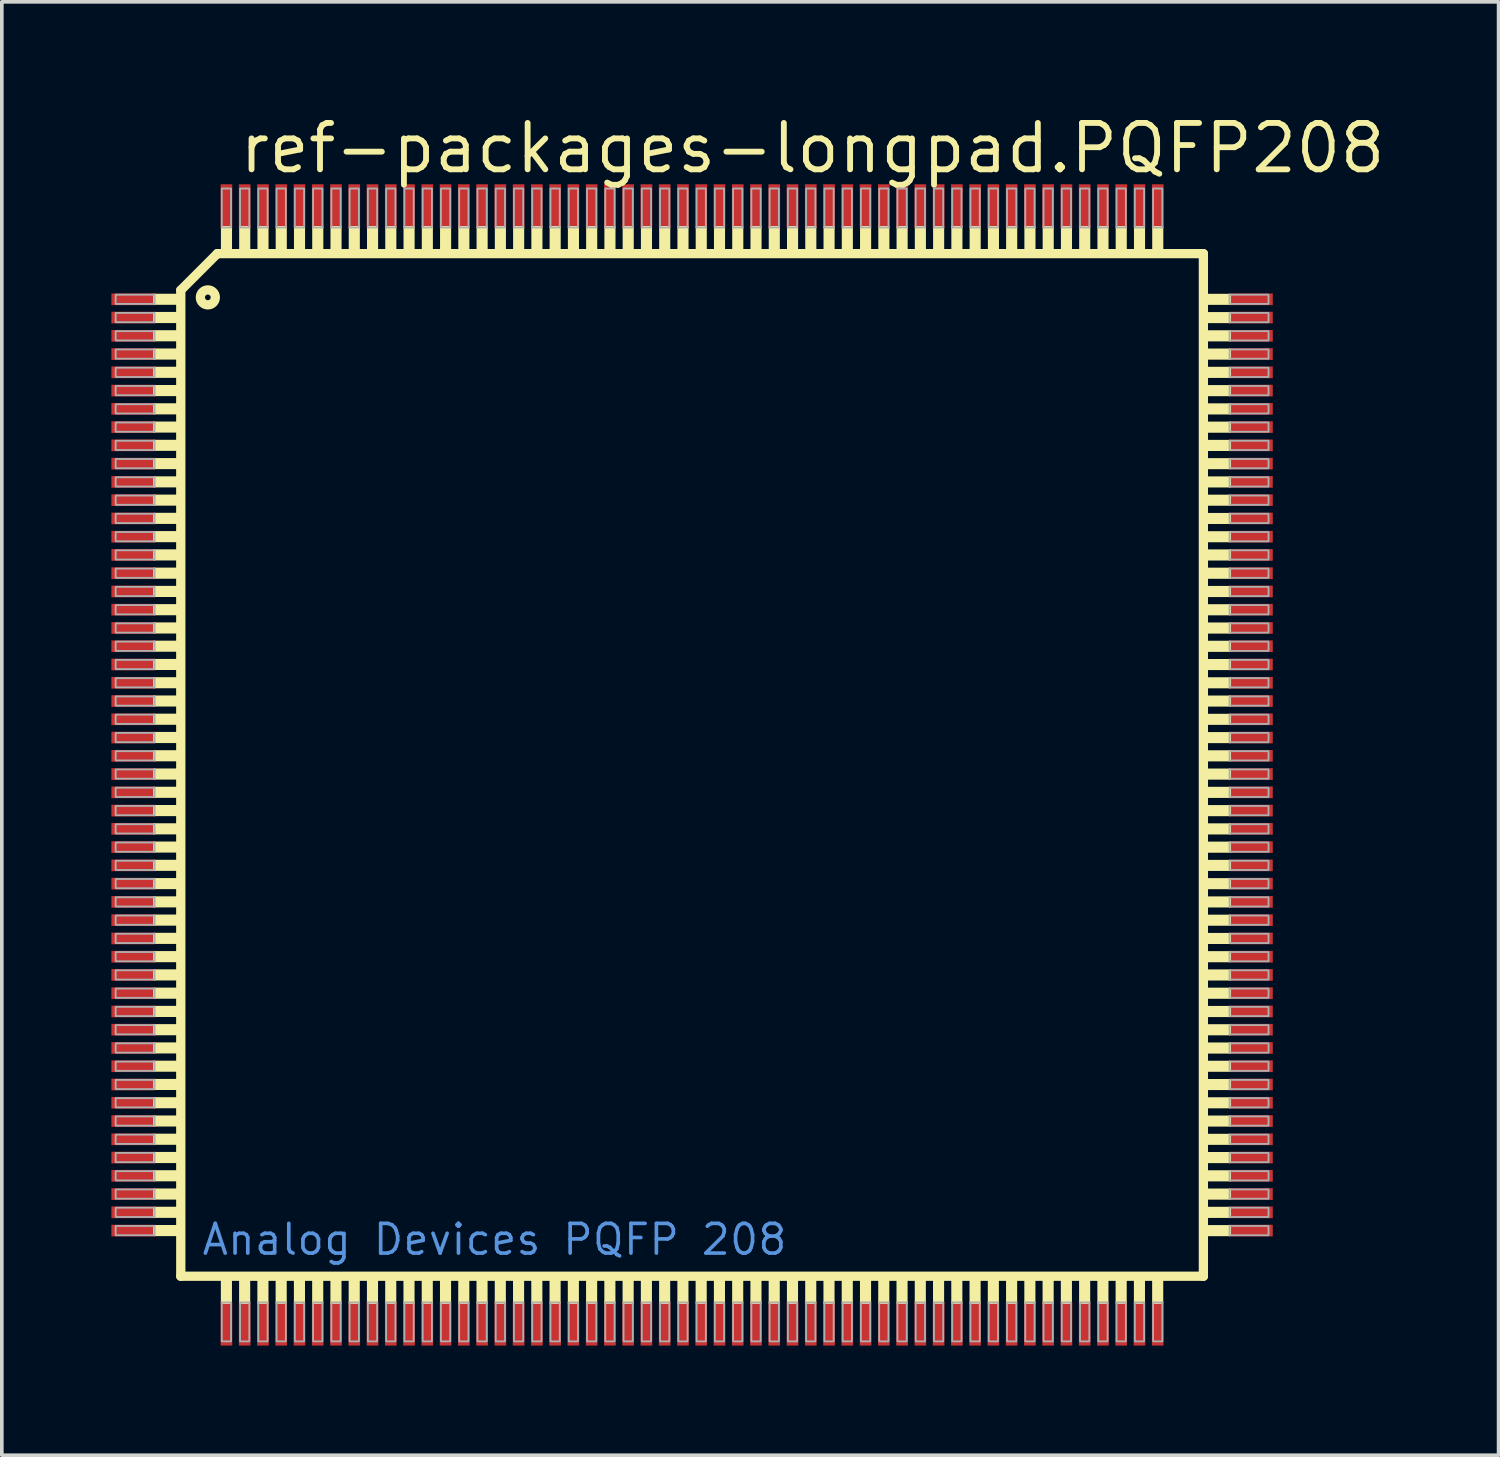
<source format=kicad_pcb>
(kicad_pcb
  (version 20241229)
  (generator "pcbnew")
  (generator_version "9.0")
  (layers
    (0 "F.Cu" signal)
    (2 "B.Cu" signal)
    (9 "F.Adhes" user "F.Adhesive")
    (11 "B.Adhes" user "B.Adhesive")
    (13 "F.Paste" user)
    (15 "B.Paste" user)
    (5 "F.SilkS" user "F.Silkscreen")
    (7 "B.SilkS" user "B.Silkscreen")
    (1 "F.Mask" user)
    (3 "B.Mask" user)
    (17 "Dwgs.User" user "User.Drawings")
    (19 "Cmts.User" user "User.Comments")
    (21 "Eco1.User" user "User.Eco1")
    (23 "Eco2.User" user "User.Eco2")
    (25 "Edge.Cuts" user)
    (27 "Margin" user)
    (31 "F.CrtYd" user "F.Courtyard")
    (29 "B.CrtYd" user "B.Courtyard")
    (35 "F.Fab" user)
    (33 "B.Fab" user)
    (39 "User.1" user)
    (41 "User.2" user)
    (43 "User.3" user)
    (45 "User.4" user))
  (footprint "ref-packages-longpad.PQFP208"
    (layer "F.Cu")
    (at 15.9 17.895)
    (property "Reference" "ref-packages-longpad.PQFP208" (at -12.47 -16.145 0) (layer "F.SilkS") (effects (font (size 1.27 1.27) (thickness 0.16)) (justify left bottom)))
    (attr smd)
    (fp_line (start -14 -13) (end -14 14) (stroke (width 0.254) (type default)) (layer "F.SilkS"))
    (fp_line (start -14 14) (end 14 14) (stroke (width 0.254) (type default)) (layer "F.SilkS"))
    (fp_line (start -13 -14) (end -14 -13) (stroke (width 0.254) (type default)) (layer "F.SilkS"))
    (fp_line (start 14 -14) (end -13 -14) (stroke (width 0.254) (type default)) (layer "F.SilkS"))
    (fp_line (start 14 14) (end 14 -14) (stroke (width 0.254) (type default)) (layer "F.SilkS"))
    (fp_rect (start -14.732 -12.624) (end -14.097 -12.878) (stroke (width 0.05) (type default)) (fill yes) (layer "F.SilkS"))
    (fp_rect (start -14.732 -12.124) (end -14.097 -12.378) (stroke (width 0.05) (type default)) (fill yes) (layer "F.SilkS"))
    (fp_rect (start -14.732 -11.624) (end -14.097 -11.878) (stroke (width 0.05) (type default)) (fill yes) (layer "F.SilkS"))
    (fp_rect (start -14.732 -11.124) (end -14.097 -11.378) (stroke (width 0.05) (type default)) (fill yes) (layer "F.SilkS"))
    (fp_rect (start -14.732 -10.624) (end -14.097 -10.878) (stroke (width 0.05) (type default)) (fill yes) (layer "F.SilkS"))
    (fp_rect (start -14.732 -10.124) (end -14.097 -10.378) (stroke (width 0.05) (type default)) (fill yes) (layer "F.SilkS"))
    (fp_rect (start -14.732 -9.624) (end -14.097 -9.878) (stroke (width 0.05) (type default)) (fill yes) (layer "F.SilkS"))
    (fp_rect (start -14.732 -9.124) (end -14.097 -9.378) (stroke (width 0.05) (type default)) (fill yes) (layer "F.SilkS"))
    (fp_rect (start -14.732 -8.624) (end -14.097 -8.878) (stroke (width 0.05) (type default)) (fill yes) (layer "F.SilkS"))
    (fp_rect (start -14.732 -8.124) (end -14.097 -8.378) (stroke (width 0.05) (type default)) (fill yes) (layer "F.SilkS"))
    (fp_rect (start -14.732 -7.624) (end -14.097 -7.878) (stroke (width 0.05) (type default)) (fill yes) (layer "F.SilkS"))
    (fp_rect (start -14.732 -7.124) (end -14.097 -7.378) (stroke (width 0.05) (type default)) (fill yes) (layer "F.SilkS"))
    (fp_rect (start -14.732 -6.624) (end -14.097 -6.878) (stroke (width 0.05) (type default)) (fill yes) (layer "F.SilkS"))
    (fp_rect (start -14.732 -6.124) (end -14.097 -6.378) (stroke (width 0.05) (type default)) (fill yes) (layer "F.SilkS"))
    (fp_rect (start -14.732 -5.624) (end -14.097 -5.878) (stroke (width 0.05) (type default)) (fill yes) (layer "F.SilkS"))
    (fp_rect (start -14.732 -5.124) (end -14.097 -5.378) (stroke (width 0.05) (type default)) (fill yes) (layer "F.SilkS"))
    (fp_rect (start -14.732 -4.624) (end -14.097 -4.878) (stroke (width 0.05) (type default)) (fill yes) (layer "F.SilkS"))
    (fp_rect (start -14.732 -4.124) (end -14.097 -4.378) (stroke (width 0.05) (type default)) (fill yes) (layer "F.SilkS"))
    (fp_rect (start -14.732 -3.624) (end -14.097 -3.878) (stroke (width 0.05) (type default)) (fill yes) (layer "F.SilkS"))
    (fp_rect (start -14.732 -3.124) (end -14.097 -3.378) (stroke (width 0.05) (type default)) (fill yes) (layer "F.SilkS"))
    (fp_rect (start -14.732 -2.624) (end -14.097 -2.878) (stroke (width 0.05) (type default)) (fill yes) (layer "F.SilkS"))
    (fp_rect (start -14.732 -2.124) (end -14.097 -2.378) (stroke (width 0.05) (type default)) (fill yes) (layer "F.SilkS"))
    (fp_rect (start -14.732 -1.624) (end -14.097 -1.878) (stroke (width 0.05) (type default)) (fill yes) (layer "F.SilkS"))
    (fp_rect (start -14.732 -1.124) (end -14.097 -1.378) (stroke (width 0.05) (type default)) (fill yes) (layer "F.SilkS"))
    (fp_rect (start -14.732 -0.624) (end -14.097 -0.878) (stroke (width 0.05) (type default)) (fill yes) (layer "F.SilkS"))
    (fp_rect (start -14.732 -0.124) (end -14.097 -0.378) (stroke (width 0.05) (type default)) (fill yes) (layer "F.SilkS"))
    (fp_rect (start -14.732 0.376) (end -14.097 0.122) (stroke (width 0.05) (type default)) (fill yes) (layer "F.SilkS"))
    (fp_rect (start -14.732 0.876) (end -14.097 0.622) (stroke (width 0.05) (type default)) (fill yes) (layer "F.SilkS"))
    (fp_rect (start -14.732 1.376) (end -14.097 1.122) (stroke (width 0.05) (type default)) (fill yes) (layer "F.SilkS"))
    (fp_rect (start -14.732 1.876) (end -14.097 1.622) (stroke (width 0.05) (type default)) (fill yes) (layer "F.SilkS"))
    (fp_rect (start -14.732 2.376) (end -14.097 2.122) (stroke (width 0.05) (type default)) (fill yes) (layer "F.SilkS"))
    (fp_rect (start -14.732 2.876) (end -14.097 2.622) (stroke (width 0.05) (type default)) (fill yes) (layer "F.SilkS"))
    (fp_rect (start -14.732 3.376) (end -14.097 3.122) (stroke (width 0.05) (type default)) (fill yes) (layer "F.SilkS"))
    (fp_rect (start -14.732 3.876) (end -14.097 3.622) (stroke (width 0.05) (type default)) (fill yes) (layer "F.SilkS"))
    (fp_rect (start -14.732 4.376) (end -14.097 4.122) (stroke (width 0.05) (type default)) (fill yes) (layer "F.SilkS"))
    (fp_rect (start -14.732 4.876) (end -14.097 4.622) (stroke (width 0.05) (type default)) (fill yes) (layer "F.SilkS"))
    (fp_rect (start -14.732 5.376) (end -14.097 5.122) (stroke (width 0.05) (type default)) (fill yes) (layer "F.SilkS"))
    (fp_rect (start -14.732 5.876) (end -14.097 5.622) (stroke (width 0.05) (type default)) (fill yes) (layer "F.SilkS"))
    (fp_rect (start -14.732 6.376) (end -14.097 6.122) (stroke (width 0.05) (type default)) (fill yes) (layer "F.SilkS"))
    (fp_rect (start -14.732 6.876) (end -14.097 6.622) (stroke (width 0.05) (type default)) (fill yes) (layer "F.SilkS"))
    (fp_rect (start -14.732 7.376) (end -14.097 7.122) (stroke (width 0.05) (type default)) (fill yes) (layer "F.SilkS"))
    (fp_rect (start -14.732 7.876) (end -14.097 7.622) (stroke (width 0.05) (type default)) (fill yes) (layer "F.SilkS"))
    (fp_rect (start -14.732 8.376) (end -14.097 8.122) (stroke (width 0.05) (type default)) (fill yes) (layer "F.SilkS"))
    (fp_rect (start -14.732 8.876) (end -14.097 8.622) (stroke (width 0.05) (type default)) (fill yes) (layer "F.SilkS"))
    (fp_rect (start -14.732 9.376) (end -14.097 9.122) (stroke (width 0.05) (type default)) (fill yes) (layer "F.SilkS"))
    (fp_rect (start -14.732 9.876) (end -14.097 9.622) (stroke (width 0.05) (type default)) (fill yes) (layer "F.SilkS"))
    (fp_rect (start -14.732 10.376) (end -14.097 10.122) (stroke (width 0.05) (type default)) (fill yes) (layer "F.SilkS"))
    (fp_rect (start -14.732 10.876) (end -14.097 10.622) (stroke (width 0.05) (type default)) (fill yes) (layer "F.SilkS"))
    (fp_rect (start -14.732 11.376) (end -14.097 11.122) (stroke (width 0.05) (type default)) (fill yes) (layer "F.SilkS"))
    (fp_rect (start -14.732 11.876) (end -14.097 11.622) (stroke (width 0.05) (type default)) (fill yes) (layer "F.SilkS"))
    (fp_rect (start -14.732 12.376) (end -14.097 12.122) (stroke (width 0.05) (type default)) (fill yes) (layer "F.SilkS"))
    (fp_rect (start -14.732 12.876) (end -14.097 12.622) (stroke (width 0.05) (type default)) (fill yes) (layer "F.SilkS"))
    (fp_rect (start -12.878 14.732) (end -12.624 14.097) (stroke (width 0.05) (type default)) (fill yes) (layer "F.SilkS"))
    (fp_rect (start -12.876 -14.097) (end -12.622 -14.732) (stroke (width 0.05) (type default)) (fill yes) (layer "F.SilkS"))
    (fp_rect (start -12.378 14.732) (end -12.124 14.097) (stroke (width 0.05) (type default)) (fill yes) (layer "F.SilkS"))
    (fp_rect (start -12.376 -14.097) (end -12.122 -14.732) (stroke (width 0.05) (type default)) (fill yes) (layer "F.SilkS"))
    (fp_rect (start -11.878 14.732) (end -11.624 14.097) (stroke (width 0.05) (type default)) (fill yes) (layer "F.SilkS"))
    (fp_rect (start -11.876 -14.097) (end -11.622 -14.732) (stroke (width 0.05) (type default)) (fill yes) (layer "F.SilkS"))
    (fp_rect (start -11.378 14.732) (end -11.124 14.097) (stroke (width 0.05) (type default)) (fill yes) (layer "F.SilkS"))
    (fp_rect (start -11.376 -14.097) (end -11.122 -14.732) (stroke (width 0.05) (type default)) (fill yes) (layer "F.SilkS"))
    (fp_rect (start -10.878 14.732) (end -10.624 14.097) (stroke (width 0.05) (type default)) (fill yes) (layer "F.SilkS"))
    (fp_rect (start -10.876 -14.097) (end -10.622 -14.732) (stroke (width 0.05) (type default)) (fill yes) (layer "F.SilkS"))
    (fp_rect (start -10.378 14.732) (end -10.124 14.097) (stroke (width 0.05) (type default)) (fill yes) (layer "F.SilkS"))
    (fp_rect (start -10.376 -14.097) (end -10.122 -14.732) (stroke (width 0.05) (type default)) (fill yes) (layer "F.SilkS"))
    (fp_rect (start -9.878 14.732) (end -9.624 14.097) (stroke (width 0.05) (type default)) (fill yes) (layer "F.SilkS"))
    (fp_rect (start -9.876 -14.097) (end -9.622 -14.732) (stroke (width 0.05) (type default)) (fill yes) (layer "F.SilkS"))
    (fp_rect (start -9.378 14.732) (end -9.124 14.097) (stroke (width 0.05) (type default)) (fill yes) (layer "F.SilkS"))
    (fp_rect (start -9.376 -14.097) (end -9.122 -14.732) (stroke (width 0.05) (type default)) (fill yes) (layer "F.SilkS"))
    (fp_rect (start -8.878 14.732) (end -8.624 14.097) (stroke (width 0.05) (type default)) (fill yes) (layer "F.SilkS"))
    (fp_rect (start -8.876 -14.097) (end -8.622 -14.732) (stroke (width 0.05) (type default)) (fill yes) (layer "F.SilkS"))
    (fp_rect (start -8.378 14.732) (end -8.124 14.097) (stroke (width 0.05) (type default)) (fill yes) (layer "F.SilkS"))
    (fp_rect (start -8.376 -14.097) (end -8.122 -14.732) (stroke (width 0.05) (type default)) (fill yes) (layer "F.SilkS"))
    (fp_rect (start -7.878 14.732) (end -7.624 14.097) (stroke (width 0.05) (type default)) (fill yes) (layer "F.SilkS"))
    (fp_rect (start -7.876 -14.097) (end -7.622 -14.732) (stroke (width 0.05) (type default)) (fill yes) (layer "F.SilkS"))
    (fp_rect (start -7.378 14.732) (end -7.124 14.097) (stroke (width 0.05) (type default)) (fill yes) (layer "F.SilkS"))
    (fp_rect (start -7.376 -14.097) (end -7.122 -14.732) (stroke (width 0.05) (type default)) (fill yes) (layer "F.SilkS"))
    (fp_rect (start -6.878 14.732) (end -6.624 14.097) (stroke (width 0.05) (type default)) (fill yes) (layer "F.SilkS"))
    (fp_rect (start -6.876 -14.097) (end -6.622 -14.732) (stroke (width 0.05) (type default)) (fill yes) (layer "F.SilkS"))
    (fp_rect (start -6.378 14.732) (end -6.124 14.097) (stroke (width 0.05) (type default)) (fill yes) (layer "F.SilkS"))
    (fp_rect (start -6.376 -14.097) (end -6.122 -14.732) (stroke (width 0.05) (type default)) (fill yes) (layer "F.SilkS"))
    (fp_rect (start -5.878 14.732) (end -5.624 14.097) (stroke (width 0.05) (type default)) (fill yes) (layer "F.SilkS"))
    (fp_rect (start -5.876 -14.097) (end -5.622 -14.732) (stroke (width 0.05) (type default)) (fill yes) (layer "F.SilkS"))
    (fp_rect (start -5.378 14.732) (end -5.124 14.097) (stroke (width 0.05) (type default)) (fill yes) (layer "F.SilkS"))
    (fp_rect (start -5.376 -14.097) (end -5.122 -14.732) (stroke (width 0.05) (type default)) (fill yes) (layer "F.SilkS"))
    (fp_rect (start -4.878 14.732) (end -4.624 14.097) (stroke (width 0.05) (type default)) (fill yes) (layer "F.SilkS"))
    (fp_rect (start -4.876 -14.097) (end -4.622 -14.732) (stroke (width 0.05) (type default)) (fill yes) (layer "F.SilkS"))
    (fp_rect (start -4.378 14.732) (end -4.124 14.097) (stroke (width 0.05) (type default)) (fill yes) (layer "F.SilkS"))
    (fp_rect (start -4.376 -14.097) (end -4.122 -14.732) (stroke (width 0.05) (type default)) (fill yes) (layer "F.SilkS"))
    (fp_rect (start -3.878 14.732) (end -3.624 14.097) (stroke (width 0.05) (type default)) (fill yes) (layer "F.SilkS"))
    (fp_rect (start -3.876 -14.097) (end -3.622 -14.732) (stroke (width 0.05) (type default)) (fill yes) (layer "F.SilkS"))
    (fp_rect (start -3.378 14.732) (end -3.124 14.097) (stroke (width 0.05) (type default)) (fill yes) (layer "F.SilkS"))
    (fp_rect (start -3.376 -14.097) (end -3.122 -14.732) (stroke (width 0.05) (type default)) (fill yes) (layer "F.SilkS"))
    (fp_rect (start -2.878 14.732) (end -2.624 14.097) (stroke (width 0.05) (type default)) (fill yes) (layer "F.SilkS"))
    (fp_rect (start -2.876 -14.097) (end -2.622 -14.732) (stroke (width 0.05) (type default)) (fill yes) (layer "F.SilkS"))
    (fp_rect (start -2.378 14.732) (end -2.124 14.097) (stroke (width 0.05) (type default)) (fill yes) (layer "F.SilkS"))
    (fp_rect (start -2.376 -14.097) (end -2.122 -14.732) (stroke (width 0.05) (type default)) (fill yes) (layer "F.SilkS"))
    (fp_rect (start -1.878 14.732) (end -1.624 14.097) (stroke (width 0.05) (type default)) (fill yes) (layer "F.SilkS"))
    (fp_rect (start -1.876 -14.097) (end -1.622 -14.732) (stroke (width 0.05) (type default)) (fill yes) (layer "F.SilkS"))
    (fp_rect (start -1.378 14.732) (end -1.124 14.097) (stroke (width 0.05) (type default)) (fill yes) (layer "F.SilkS"))
    (fp_rect (start -1.376 -14.097) (end -1.122 -14.732) (stroke (width 0.05) (type default)) (fill yes) (layer "F.SilkS"))
    (fp_rect (start -0.878 14.732) (end -0.624 14.097) (stroke (width 0.05) (type default)) (fill yes) (layer "F.SilkS"))
    (fp_rect (start -0.876 -14.097) (end -0.622 -14.732) (stroke (width 0.05) (type default)) (fill yes) (layer "F.SilkS"))
    (fp_rect (start -0.378 14.732) (end -0.124 14.097) (stroke (width 0.05) (type default)) (fill yes) (layer "F.SilkS"))
    (fp_rect (start -0.376 -14.097) (end -0.122 -14.732) (stroke (width 0.05) (type default)) (fill yes) (layer "F.SilkS"))
    (fp_rect (start 0.122 14.732) (end 0.376 14.097) (stroke (width 0.05) (type default)) (fill yes) (layer "F.SilkS"))
    (fp_rect (start 0.124 -14.097) (end 0.378 -14.732) (stroke (width 0.05) (type default)) (fill yes) (layer "F.SilkS"))
    (fp_rect (start 0.622 14.732) (end 0.876 14.097) (stroke (width 0.05) (type default)) (fill yes) (layer "F.SilkS"))
    (fp_rect (start 0.624 -14.097) (end 0.878 -14.732) (stroke (width 0.05) (type default)) (fill yes) (layer "F.SilkS"))
    (fp_rect (start 1.122 14.732) (end 1.376 14.097) (stroke (width 0.05) (type default)) (fill yes) (layer "F.SilkS"))
    (fp_rect (start 1.124 -14.097) (end 1.378 -14.732) (stroke (width 0.05) (type default)) (fill yes) (layer "F.SilkS"))
    (fp_rect (start 1.622 14.732) (end 1.876 14.097) (stroke (width 0.05) (type default)) (fill yes) (layer "F.SilkS"))
    (fp_rect (start 1.624 -14.097) (end 1.878 -14.732) (stroke (width 0.05) (type default)) (fill yes) (layer "F.SilkS"))
    (fp_rect (start 2.122 14.732) (end 2.376 14.097) (stroke (width 0.05) (type default)) (fill yes) (layer "F.SilkS"))
    (fp_rect (start 2.124 -14.097) (end 2.378 -14.732) (stroke (width 0.05) (type default)) (fill yes) (layer "F.SilkS"))
    (fp_rect (start 2.622 14.732) (end 2.876 14.097) (stroke (width 0.05) (type default)) (fill yes) (layer "F.SilkS"))
    (fp_rect (start 2.624 -14.097) (end 2.878 -14.732) (stroke (width 0.05) (type default)) (fill yes) (layer "F.SilkS"))
    (fp_rect (start 3.122 14.732) (end 3.376 14.097) (stroke (width 0.05) (type default)) (fill yes) (layer "F.SilkS"))
    (fp_rect (start 3.124 -14.097) (end 3.378 -14.732) (stroke (width 0.05) (type default)) (fill yes) (layer "F.SilkS"))
    (fp_rect (start 3.622 14.732) (end 3.876 14.097) (stroke (width 0.05) (type default)) (fill yes) (layer "F.SilkS"))
    (fp_rect (start 3.624 -14.097) (end 3.878 -14.732) (stroke (width 0.05) (type default)) (fill yes) (layer "F.SilkS"))
    (fp_rect (start 4.122 14.732) (end 4.376 14.097) (stroke (width 0.05) (type default)) (fill yes) (layer "F.SilkS"))
    (fp_rect (start 4.124 -14.097) (end 4.378 -14.732) (stroke (width 0.05) (type default)) (fill yes) (layer "F.SilkS"))
    (fp_rect (start 4.622 14.732) (end 4.876 14.097) (stroke (width 0.05) (type default)) (fill yes) (layer "F.SilkS"))
    (fp_rect (start 4.624 -14.097) (end 4.878 -14.732) (stroke (width 0.05) (type default)) (fill yes) (layer "F.SilkS"))
    (fp_rect (start 5.122 14.732) (end 5.376 14.097) (stroke (width 0.05) (type default)) (fill yes) (layer "F.SilkS"))
    (fp_rect (start 5.124 -14.097) (end 5.378 -14.732) (stroke (width 0.05) (type default)) (fill yes) (layer "F.SilkS"))
    (fp_rect (start 5.622 14.732) (end 5.876 14.097) (stroke (width 0.05) (type default)) (fill yes) (layer "F.SilkS"))
    (fp_rect (start 5.624 -14.097) (end 5.878 -14.732) (stroke (width 0.05) (type default)) (fill yes) (layer "F.SilkS"))
    (fp_rect (start 6.122 14.732) (end 6.376 14.097) (stroke (width 0.05) (type default)) (fill yes) (layer "F.SilkS"))
    (fp_rect (start 6.124 -14.097) (end 6.378 -14.732) (stroke (width 0.05) (type default)) (fill yes) (layer "F.SilkS"))
    (fp_rect (start 6.622 14.732) (end 6.876 14.097) (stroke (width 0.05) (type default)) (fill yes) (layer "F.SilkS"))
    (fp_rect (start 6.624 -14.097) (end 6.878 -14.732) (stroke (width 0.05) (type default)) (fill yes) (layer "F.SilkS"))
    (fp_rect (start 7.122 14.732) (end 7.376 14.097) (stroke (width 0.05) (type default)) (fill yes) (layer "F.SilkS"))
    (fp_rect (start 7.124 -14.097) (end 7.378 -14.732) (stroke (width 0.05) (type default)) (fill yes) (layer "F.SilkS"))
    (fp_rect (start 7.622 14.732) (end 7.876 14.097) (stroke (width 0.05) (type default)) (fill yes) (layer "F.SilkS"))
    (fp_rect (start 7.624 -14.097) (end 7.878 -14.732) (stroke (width 0.05) (type default)) (fill yes) (layer "F.SilkS"))
    (fp_rect (start 8.122 14.732) (end 8.376 14.097) (stroke (width 0.05) (type default)) (fill yes) (layer "F.SilkS"))
    (fp_rect (start 8.124 -14.097) (end 8.378 -14.732) (stroke (width 0.05) (type default)) (fill yes) (layer "F.SilkS"))
    (fp_rect (start 8.622 14.732) (end 8.876 14.097) (stroke (width 0.05) (type default)) (fill yes) (layer "F.SilkS"))
    (fp_rect (start 8.624 -14.097) (end 8.878 -14.732) (stroke (width 0.05) (type default)) (fill yes) (layer "F.SilkS"))
    (fp_rect (start 9.122 14.732) (end 9.376 14.097) (stroke (width 0.05) (type default)) (fill yes) (layer "F.SilkS"))
    (fp_rect (start 9.124 -14.097) (end 9.378 -14.732) (stroke (width 0.05) (type default)) (fill yes) (layer "F.SilkS"))
    (fp_rect (start 9.622 14.732) (end 9.876 14.097) (stroke (width 0.05) (type default)) (fill yes) (layer "F.SilkS"))
    (fp_rect (start 9.624 -14.097) (end 9.878 -14.732) (stroke (width 0.05) (type default)) (fill yes) (layer "F.SilkS"))
    (fp_rect (start 10.122 14.732) (end 10.376 14.097) (stroke (width 0.05) (type default)) (fill yes) (layer "F.SilkS"))
    (fp_rect (start 10.124 -14.097) (end 10.378 -14.732) (stroke (width 0.05) (type default)) (fill yes) (layer "F.SilkS"))
    (fp_rect (start 10.622 14.732) (end 10.876 14.097) (stroke (width 0.05) (type default)) (fill yes) (layer "F.SilkS"))
    (fp_rect (start 10.624 -14.097) (end 10.878 -14.732) (stroke (width 0.05) (type default)) (fill yes) (layer "F.SilkS"))
    (fp_rect (start 11.122 14.732) (end 11.376 14.097) (stroke (width 0.05) (type default)) (fill yes) (layer "F.SilkS"))
    (fp_rect (start 11.124 -14.097) (end 11.378 -14.732) (stroke (width 0.05) (type default)) (fill yes) (layer "F.SilkS"))
    (fp_rect (start 11.622 14.732) (end 11.876 14.097) (stroke (width 0.05) (type default)) (fill yes) (layer "F.SilkS"))
    (fp_rect (start 11.624 -14.097) (end 11.878 -14.732) (stroke (width 0.05) (type default)) (fill yes) (layer "F.SilkS"))
    (fp_rect (start 12.122 14.732) (end 12.376 14.097) (stroke (width 0.05) (type default)) (fill yes) (layer "F.SilkS"))
    (fp_rect (start 12.124 -14.097) (end 12.378 -14.732) (stroke (width 0.05) (type default)) (fill yes) (layer "F.SilkS"))
    (fp_rect (start 12.622 14.732) (end 12.876 14.097) (stroke (width 0.05) (type default)) (fill yes) (layer "F.SilkS"))
    (fp_rect (start 12.624 -14.097) (end 12.878 -14.732) (stroke (width 0.05) (type default)) (fill yes) (layer "F.SilkS"))
    (fp_rect (start 14.097 -12.622) (end 14.732 -12.876) (stroke (width 0.05) (type default)) (fill yes) (layer "F.SilkS"))
    (fp_rect (start 14.097 -12.122) (end 14.732 -12.376) (stroke (width 0.05) (type default)) (fill yes) (layer "F.SilkS"))
    (fp_rect (start 14.097 -11.622) (end 14.732 -11.876) (stroke (width 0.05) (type default)) (fill yes) (layer "F.SilkS"))
    (fp_rect (start 14.097 -11.122) (end 14.732 -11.376) (stroke (width 0.05) (type default)) (fill yes) (layer "F.SilkS"))
    (fp_rect (start 14.097 -10.622) (end 14.732 -10.876) (stroke (width 0.05) (type default)) (fill yes) (layer "F.SilkS"))
    (fp_rect (start 14.097 -10.122) (end 14.732 -10.376) (stroke (width 0.05) (type default)) (fill yes) (layer "F.SilkS"))
    (fp_rect (start 14.097 -9.622) (end 14.732 -9.876) (stroke (width 0.05) (type default)) (fill yes) (layer "F.SilkS"))
    (fp_rect (start 14.097 -9.122) (end 14.732 -9.376) (stroke (width 0.05) (type default)) (fill yes) (layer "F.SilkS"))
    (fp_rect (start 14.097 -8.622) (end 14.732 -8.876) (stroke (width 0.05) (type default)) (fill yes) (layer "F.SilkS"))
    (fp_rect (start 14.097 -8.122) (end 14.732 -8.376) (stroke (width 0.05) (type default)) (fill yes) (layer "F.SilkS"))
    (fp_rect (start 14.097 -7.622) (end 14.732 -7.876) (stroke (width 0.05) (type default)) (fill yes) (layer "F.SilkS"))
    (fp_rect (start 14.097 -7.122) (end 14.732 -7.376) (stroke (width 0.05) (type default)) (fill yes) (layer "F.SilkS"))
    (fp_rect (start 14.097 -6.622) (end 14.732 -6.876) (stroke (width 0.05) (type default)) (fill yes) (layer "F.SilkS"))
    (fp_rect (start 14.097 -6.122) (end 14.732 -6.376) (stroke (width 0.05) (type default)) (fill yes) (layer "F.SilkS"))
    (fp_rect (start 14.097 -5.622) (end 14.732 -5.876) (stroke (width 0.05) (type default)) (fill yes) (layer "F.SilkS"))
    (fp_rect (start 14.097 -5.122) (end 14.732 -5.376) (stroke (width 0.05) (type default)) (fill yes) (layer "F.SilkS"))
    (fp_rect (start 14.097 -4.622) (end 14.732 -4.876) (stroke (width 0.05) (type default)) (fill yes) (layer "F.SilkS"))
    (fp_rect (start 14.097 -4.122) (end 14.732 -4.376) (stroke (width 0.05) (type default)) (fill yes) (layer "F.SilkS"))
    (fp_rect (start 14.097 -3.622) (end 14.732 -3.876) (stroke (width 0.05) (type default)) (fill yes) (layer "F.SilkS"))
    (fp_rect (start 14.097 -3.122) (end 14.732 -3.376) (stroke (width 0.05) (type default)) (fill yes) (layer "F.SilkS"))
    (fp_rect (start 14.097 -2.622) (end 14.732 -2.876) (stroke (width 0.05) (type default)) (fill yes) (layer "F.SilkS"))
    (fp_rect (start 14.097 -2.122) (end 14.732 -2.376) (stroke (width 0.05) (type default)) (fill yes) (layer "F.SilkS"))
    (fp_rect (start 14.097 -1.622) (end 14.732 -1.876) (stroke (width 0.05) (type default)) (fill yes) (layer "F.SilkS"))
    (fp_rect (start 14.097 -1.122) (end 14.732 -1.376) (stroke (width 0.05) (type default)) (fill yes) (layer "F.SilkS"))
    (fp_rect (start 14.097 -0.622) (end 14.732 -0.876) (stroke (width 0.05) (type default)) (fill yes) (layer "F.SilkS"))
    (fp_rect (start 14.097 -0.122) (end 14.732 -0.376) (stroke (width 0.05) (type default)) (fill yes) (layer "F.SilkS"))
    (fp_rect (start 14.097 0.378) (end 14.732 0.124) (stroke (width 0.05) (type default)) (fill yes) (layer "F.SilkS"))
    (fp_rect (start 14.097 0.878) (end 14.732 0.624) (stroke (width 0.05) (type default)) (fill yes) (layer "F.SilkS"))
    (fp_rect (start 14.097 1.378) (end 14.732 1.124) (stroke (width 0.05) (type default)) (fill yes) (layer "F.SilkS"))
    (fp_rect (start 14.097 1.878) (end 14.732 1.624) (stroke (width 0.05) (type default)) (fill yes) (layer "F.SilkS"))
    (fp_rect (start 14.097 2.378) (end 14.732 2.124) (stroke (width 0.05) (type default)) (fill yes) (layer "F.SilkS"))
    (fp_rect (start 14.097 2.878) (end 14.732 2.624) (stroke (width 0.05) (type default)) (fill yes) (layer "F.SilkS"))
    (fp_rect (start 14.097 3.378) (end 14.732 3.124) (stroke (width 0.05) (type default)) (fill yes) (layer "F.SilkS"))
    (fp_rect (start 14.097 3.878) (end 14.732 3.624) (stroke (width 0.05) (type default)) (fill yes) (layer "F.SilkS"))
    (fp_rect (start 14.097 4.378) (end 14.732 4.124) (stroke (width 0.05) (type default)) (fill yes) (layer "F.SilkS"))
    (fp_rect (start 14.097 4.878) (end 14.732 4.624) (stroke (width 0.05) (type default)) (fill yes) (layer "F.SilkS"))
    (fp_rect (start 14.097 5.378) (end 14.732 5.124) (stroke (width 0.05) (type default)) (fill yes) (layer "F.SilkS"))
    (fp_rect (start 14.097 5.878) (end 14.732 5.624) (stroke (width 0.05) (type default)) (fill yes) (layer "F.SilkS"))
    (fp_rect (start 14.097 6.378) (end 14.732 6.124) (stroke (width 0.05) (type default)) (fill yes) (layer "F.SilkS"))
    (fp_rect (start 14.097 6.878) (end 14.732 6.624) (stroke (width 0.05) (type default)) (fill yes) (layer "F.SilkS"))
    (fp_rect (start 14.097 7.378) (end 14.732 7.124) (stroke (width 0.05) (type default)) (fill yes) (layer "F.SilkS"))
    (fp_rect (start 14.097 7.878) (end 14.732 7.624) (stroke (width 0.05) (type default)) (fill yes) (layer "F.SilkS"))
    (fp_rect (start 14.097 8.378) (end 14.732 8.124) (stroke (width 0.05) (type default)) (fill yes) (layer "F.SilkS"))
    (fp_rect (start 14.097 8.878) (end 14.732 8.624) (stroke (width 0.05) (type default)) (fill yes) (layer "F.SilkS"))
    (fp_rect (start 14.097 9.378) (end 14.732 9.124) (stroke (width 0.05) (type default)) (fill yes) (layer "F.SilkS"))
    (fp_rect (start 14.097 9.878) (end 14.732 9.624) (stroke (width 0.05) (type default)) (fill yes) (layer "F.SilkS"))
    (fp_rect (start 14.097 10.378) (end 14.732 10.124) (stroke (width 0.05) (type default)) (fill yes) (layer "F.SilkS"))
    (fp_rect (start 14.097 10.878) (end 14.732 10.624) (stroke (width 0.05) (type default)) (fill yes) (layer "F.SilkS"))
    (fp_rect (start 14.097 11.378) (end 14.732 11.124) (stroke (width 0.05) (type default)) (fill yes) (layer "F.SilkS"))
    (fp_rect (start 14.097 11.878) (end 14.732 11.624) (stroke (width 0.05) (type default)) (fill yes) (layer "F.SilkS"))
    (fp_rect (start 14.097 12.378) (end 14.732 12.124) (stroke (width 0.05) (type default)) (fill yes) (layer "F.SilkS"))
    (fp_rect (start 14.097 12.878) (end 14.732 12.624) (stroke (width 0.05) (type default)) (fill yes) (layer "F.SilkS"))
    (fp_circle (center -13.259 -12.802) (end -13.054 -12.802) (stroke (width 0.254) (type default)) (fill no) (layer "F.SilkS"))
    (fp_rect (start -15.783 -12.623) (end -14.716 -12.877) (stroke (width 0.05) (type default)) (fill no) (layer "F.Fab"))
    (fp_rect (start -15.783 -12.123) (end -14.716 -12.377) (stroke (width 0.05) (type default)) (fill no) (layer "F.Fab"))
    (fp_rect (start -15.783 -11.623) (end -14.716 -11.877) (stroke (width 0.05) (type default)) (fill no) (layer "F.Fab"))
    (fp_rect (start -15.783 -11.123) (end -14.716 -11.377) (stroke (width 0.05) (type default)) (fill no) (layer "F.Fab"))
    (fp_rect (start -15.783 -10.623) (end -14.716 -10.877) (stroke (width 0.05) (type default)) (fill no) (layer "F.Fab"))
    (fp_rect (start -15.783 -10.123) (end -14.716 -10.377) (stroke (width 0.05) (type default)) (fill no) (layer "F.Fab"))
    (fp_rect (start -15.783 -9.623) (end -14.716 -9.877) (stroke (width 0.05) (type default)) (fill no) (layer "F.Fab"))
    (fp_rect (start -15.783 -9.123) (end -14.716 -9.377) (stroke (width 0.05) (type default)) (fill no) (layer "F.Fab"))
    (fp_rect (start -15.783 -8.623) (end -14.716 -8.877) (stroke (width 0.05) (type default)) (fill no) (layer "F.Fab"))
    (fp_rect (start -15.783 -8.123) (end -14.716 -8.377) (stroke (width 0.05) (type default)) (fill no) (layer "F.Fab"))
    (fp_rect (start -15.783 -7.623) (end -14.716 -7.877) (stroke (width 0.05) (type default)) (fill no) (layer "F.Fab"))
    (fp_rect (start -15.783 -7.123) (end -14.716 -7.377) (stroke (width 0.05) (type default)) (fill no) (layer "F.Fab"))
    (fp_rect (start -15.783 -6.623) (end -14.716 -6.877) (stroke (width 0.05) (type default)) (fill no) (layer "F.Fab"))
    (fp_rect (start -15.783 -6.123) (end -14.716 -6.377) (stroke (width 0.05) (type default)) (fill no) (layer "F.Fab"))
    (fp_rect (start -15.783 -5.623) (end -14.716 -5.877) (stroke (width 0.05) (type default)) (fill no) (layer "F.Fab"))
    (fp_rect (start -15.783 -5.123) (end -14.716 -5.377) (stroke (width 0.05) (type default)) (fill no) (layer "F.Fab"))
    (fp_rect (start -15.783 -4.623) (end -14.716 -4.877) (stroke (width 0.05) (type default)) (fill no) (layer "F.Fab"))
    (fp_rect (start -15.783 -4.123) (end -14.716 -4.377) (stroke (width 0.05) (type default)) (fill no) (layer "F.Fab"))
    (fp_rect (start -15.783 -3.623) (end -14.716 -3.877) (stroke (width 0.05) (type default)) (fill no) (layer "F.Fab"))
    (fp_rect (start -15.783 -3.123) (end -14.716 -3.377) (stroke (width 0.05) (type default)) (fill no) (layer "F.Fab"))
    (fp_rect (start -15.783 -2.623) (end -14.716 -2.877) (stroke (width 0.05) (type default)) (fill no) (layer "F.Fab"))
    (fp_rect (start -15.783 -2.123) (end -14.716 -2.377) (stroke (width 0.05) (type default)) (fill no) (layer "F.Fab"))
    (fp_rect (start -15.783 -1.623) (end -14.716 -1.877) (stroke (width 0.05) (type default)) (fill no) (layer "F.Fab"))
    (fp_rect (start -15.783 -1.123) (end -14.716 -1.377) (stroke (width 0.05) (type default)) (fill no) (layer "F.Fab"))
    (fp_rect (start -15.783 -0.623) (end -14.716 -0.877) (stroke (width 0.05) (type default)) (fill no) (layer "F.Fab"))
    (fp_rect (start -15.783 -0.123) (end -14.716 -0.377) (stroke (width 0.05) (type default)) (fill no) (layer "F.Fab"))
    (fp_rect (start -15.783 0.377) (end -14.716 0.123) (stroke (width 0.05) (type default)) (fill no) (layer "F.Fab"))
    (fp_rect (start -15.783 0.877) (end -14.716 0.623) (stroke (width 0.05) (type default)) (fill no) (layer "F.Fab"))
    (fp_rect (start -15.783 1.377) (end -14.716 1.123) (stroke (width 0.05) (type default)) (fill no) (layer "F.Fab"))
    (fp_rect (start -15.783 1.877) (end -14.716 1.623) (stroke (width 0.05) (type default)) (fill no) (layer "F.Fab"))
    (fp_rect (start -15.783 2.377) (end -14.716 2.123) (stroke (width 0.05) (type default)) (fill no) (layer "F.Fab"))
    (fp_rect (start -15.783 2.877) (end -14.716 2.623) (stroke (width 0.05) (type default)) (fill no) (layer "F.Fab"))
    (fp_rect (start -15.783 3.377) (end -14.716 3.123) (stroke (width 0.05) (type default)) (fill no) (layer "F.Fab"))
    (fp_rect (start -15.783 3.877) (end -14.716 3.623) (stroke (width 0.05) (type default)) (fill no) (layer "F.Fab"))
    (fp_rect (start -15.783 4.377) (end -14.716 4.123) (stroke (width 0.05) (type default)) (fill no) (layer "F.Fab"))
    (fp_rect (start -15.783 4.877) (end -14.716 4.623) (stroke (width 0.05) (type default)) (fill no) (layer "F.Fab"))
    (fp_rect (start -15.783 5.377) (end -14.716 5.123) (stroke (width 0.05) (type default)) (fill no) (layer "F.Fab"))
    (fp_rect (start -15.783 5.877) (end -14.716 5.623) (stroke (width 0.05) (type default)) (fill no) (layer "F.Fab"))
    (fp_rect (start -15.783 6.377) (end -14.716 6.123) (stroke (width 0.05) (type default)) (fill no) (layer "F.Fab"))
    (fp_rect (start -15.783 6.877) (end -14.716 6.623) (stroke (width 0.05) (type default)) (fill no) (layer "F.Fab"))
    (fp_rect (start -15.783 7.377) (end -14.716 7.123) (stroke (width 0.05) (type default)) (fill no) (layer "F.Fab"))
    (fp_rect (start -15.783 7.877) (end -14.716 7.623) (stroke (width 0.05) (type default)) (fill no) (layer "F.Fab"))
    (fp_rect (start -15.783 8.377) (end -14.716 8.123) (stroke (width 0.05) (type default)) (fill no) (layer "F.Fab"))
    (fp_rect (start -15.783 8.877) (end -14.716 8.623) (stroke (width 0.05) (type default)) (fill no) (layer "F.Fab"))
    (fp_rect (start -15.783 9.377) (end -14.716 9.123) (stroke (width 0.05) (type default)) (fill no) (layer "F.Fab"))
    (fp_rect (start -15.783 9.877) (end -14.716 9.623) (stroke (width 0.05) (type default)) (fill no) (layer "F.Fab"))
    (fp_rect (start -15.783 10.377) (end -14.716 10.123) (stroke (width 0.05) (type default)) (fill no) (layer "F.Fab"))
    (fp_rect (start -15.783 10.877) (end -14.716 10.623) (stroke (width 0.05) (type default)) (fill no) (layer "F.Fab"))
    (fp_rect (start -15.783 11.377) (end -14.716 11.123) (stroke (width 0.05) (type default)) (fill no) (layer "F.Fab"))
    (fp_rect (start -15.783 11.877) (end -14.716 11.623) (stroke (width 0.05) (type default)) (fill no) (layer "F.Fab"))
    (fp_rect (start -15.783 12.377) (end -14.716 12.123) (stroke (width 0.05) (type default)) (fill no) (layer "F.Fab"))
    (fp_rect (start -15.783 12.877) (end -14.716 12.623) (stroke (width 0.05) (type default)) (fill no) (layer "F.Fab"))
    (fp_rect (start -12.877 -14.716) (end -12.623 -15.783) (stroke (width 0.05) (type default)) (fill no) (layer "F.Fab"))
    (fp_rect (start -12.877 15.783) (end -12.623 14.716) (stroke (width 0.05) (type default)) (fill no) (layer "F.Fab"))
    (fp_rect (start -12.377 -14.716) (end -12.123 -15.783) (stroke (width 0.05) (type default)) (fill no) (layer "F.Fab"))
    (fp_rect (start -12.377 15.783) (end -12.123 14.716) (stroke (width 0.05) (type default)) (fill no) (layer "F.Fab"))
    (fp_rect (start -11.877 -14.716) (end -11.623 -15.783) (stroke (width 0.05) (type default)) (fill no) (layer "F.Fab"))
    (fp_rect (start -11.877 15.783) (end -11.623 14.716) (stroke (width 0.05) (type default)) (fill no) (layer "F.Fab"))
    (fp_rect (start -11.377 -14.716) (end -11.123 -15.783) (stroke (width 0.05) (type default)) (fill no) (layer "F.Fab"))
    (fp_rect (start -11.377 15.783) (end -11.123 14.716) (stroke (width 0.05) (type default)) (fill no) (layer "F.Fab"))
    (fp_rect (start -10.877 -14.716) (end -10.623 -15.783) (stroke (width 0.05) (type default)) (fill no) (layer "F.Fab"))
    (fp_rect (start -10.877 15.783) (end -10.623 14.716) (stroke (width 0.05) (type default)) (fill no) (layer "F.Fab"))
    (fp_rect (start -10.377 -14.716) (end -10.123 -15.783) (stroke (width 0.05) (type default)) (fill no) (layer "F.Fab"))
    (fp_rect (start -10.377 15.783) (end -10.123 14.716) (stroke (width 0.05) (type default)) (fill no) (layer "F.Fab"))
    (fp_rect (start -9.877 -14.716) (end -9.623 -15.783) (stroke (width 0.05) (type default)) (fill no) (layer "F.Fab"))
    (fp_rect (start -9.877 15.783) (end -9.623 14.716) (stroke (width 0.05) (type default)) (fill no) (layer "F.Fab"))
    (fp_rect (start -9.377 -14.716) (end -9.123 -15.783) (stroke (width 0.05) (type default)) (fill no) (layer "F.Fab"))
    (fp_rect (start -9.377 15.783) (end -9.123 14.716) (stroke (width 0.05) (type default)) (fill no) (layer "F.Fab"))
    (fp_rect (start -8.877 -14.716) (end -8.623 -15.783) (stroke (width 0.05) (type default)) (fill no) (layer "F.Fab"))
    (fp_rect (start -8.877 15.783) (end -8.623 14.716) (stroke (width 0.05) (type default)) (fill no) (layer "F.Fab"))
    (fp_rect (start -8.377 -14.716) (end -8.123 -15.783) (stroke (width 0.05) (type default)) (fill no) (layer "F.Fab"))
    (fp_rect (start -8.377 15.783) (end -8.123 14.716) (stroke (width 0.05) (type default)) (fill no) (layer "F.Fab"))
    (fp_rect (start -7.877 -14.716) (end -7.623 -15.783) (stroke (width 0.05) (type default)) (fill no) (layer "F.Fab"))
    (fp_rect (start -7.877 15.783) (end -7.623 14.716) (stroke (width 0.05) (type default)) (fill no) (layer "F.Fab"))
    (fp_rect (start -7.377 -14.716) (end -7.123 -15.783) (stroke (width 0.05) (type default)) (fill no) (layer "F.Fab"))
    (fp_rect (start -7.377 15.783) (end -7.123 14.716) (stroke (width 0.05) (type default)) (fill no) (layer "F.Fab"))
    (fp_rect (start -6.877 -14.716) (end -6.623 -15.783) (stroke (width 0.05) (type default)) (fill no) (layer "F.Fab"))
    (fp_rect (start -6.877 15.783) (end -6.623 14.716) (stroke (width 0.05) (type default)) (fill no) (layer "F.Fab"))
    (fp_rect (start -6.377 -14.716) (end -6.123 -15.783) (stroke (width 0.05) (type default)) (fill no) (layer "F.Fab"))
    (fp_rect (start -6.377 15.783) (end -6.123 14.716) (stroke (width 0.05) (type default)) (fill no) (layer "F.Fab"))
    (fp_rect (start -5.877 -14.716) (end -5.623 -15.783) (stroke (width 0.05) (type default)) (fill no) (layer "F.Fab"))
    (fp_rect (start -5.877 15.783) (end -5.623 14.716) (stroke (width 0.05) (type default)) (fill no) (layer "F.Fab"))
    (fp_rect (start -5.377 -14.716) (end -5.123 -15.783) (stroke (width 0.05) (type default)) (fill no) (layer "F.Fab"))
    (fp_rect (start -5.377 15.783) (end -5.123 14.716) (stroke (width 0.05) (type default)) (fill no) (layer "F.Fab"))
    (fp_rect (start -4.877 -14.716) (end -4.623 -15.783) (stroke (width 0.05) (type default)) (fill no) (layer "F.Fab"))
    (fp_rect (start -4.877 15.783) (end -4.623 14.716) (stroke (width 0.05) (type default)) (fill no) (layer "F.Fab"))
    (fp_rect (start -4.377 -14.716) (end -4.123 -15.783) (stroke (width 0.05) (type default)) (fill no) (layer "F.Fab"))
    (fp_rect (start -4.377 15.783) (end -4.123 14.716) (stroke (width 0.05) (type default)) (fill no) (layer "F.Fab"))
    (fp_rect (start -3.877 -14.716) (end -3.623 -15.783) (stroke (width 0.05) (type default)) (fill no) (layer "F.Fab"))
    (fp_rect (start -3.877 15.783) (end -3.623 14.716) (stroke (width 0.05) (type default)) (fill no) (layer "F.Fab"))
    (fp_rect (start -3.377 -14.716) (end -3.123 -15.783) (stroke (width 0.05) (type default)) (fill no) (layer "F.Fab"))
    (fp_rect (start -3.377 15.783) (end -3.123 14.716) (stroke (width 0.05) (type default)) (fill no) (layer "F.Fab"))
    (fp_rect (start -2.877 -14.716) (end -2.623 -15.783) (stroke (width 0.05) (type default)) (fill no) (layer "F.Fab"))
    (fp_rect (start -2.877 15.783) (end -2.623 14.716) (stroke (width 0.05) (type default)) (fill no) (layer "F.Fab"))
    (fp_rect (start -2.377 -14.716) (end -2.123 -15.783) (stroke (width 0.05) (type default)) (fill no) (layer "F.Fab"))
    (fp_rect (start -2.377 15.783) (end -2.123 14.716) (stroke (width 0.05) (type default)) (fill no) (layer "F.Fab"))
    (fp_rect (start -1.877 -14.716) (end -1.623 -15.783) (stroke (width 0.05) (type default)) (fill no) (layer "F.Fab"))
    (fp_rect (start -1.877 15.783) (end -1.623 14.716) (stroke (width 0.05) (type default)) (fill no) (layer "F.Fab"))
    (fp_rect (start -1.377 -14.716) (end -1.123 -15.783) (stroke (width 0.05) (type default)) (fill no) (layer "F.Fab"))
    (fp_rect (start -1.377 15.783) (end -1.123 14.716) (stroke (width 0.05) (type default)) (fill no) (layer "F.Fab"))
    (fp_rect (start -0.877 -14.716) (end -0.623 -15.783) (stroke (width 0.05) (type default)) (fill no) (layer "F.Fab"))
    (fp_rect (start -0.877 15.783) (end -0.623 14.716) (stroke (width 0.05) (type default)) (fill no) (layer "F.Fab"))
    (fp_rect (start -0.377 -14.716) (end -0.123 -15.783) (stroke (width 0.05) (type default)) (fill no) (layer "F.Fab"))
    (fp_rect (start -0.377 15.783) (end -0.123 14.716) (stroke (width 0.05) (type default)) (fill no) (layer "F.Fab"))
    (fp_rect (start 0.123 -14.716) (end 0.377 -15.783) (stroke (width 0.05) (type default)) (fill no) (layer "F.Fab"))
    (fp_rect (start 0.123 15.783) (end 0.377 14.716) (stroke (width 0.05) (type default)) (fill no) (layer "F.Fab"))
    (fp_rect (start 0.623 -14.716) (end 0.877 -15.783) (stroke (width 0.05) (type default)) (fill no) (layer "F.Fab"))
    (fp_rect (start 0.623 15.783) (end 0.877 14.716) (stroke (width 0.05) (type default)) (fill no) (layer "F.Fab"))
    (fp_rect (start 1.123 -14.716) (end 1.377 -15.783) (stroke (width 0.05) (type default)) (fill no) (layer "F.Fab"))
    (fp_rect (start 1.123 15.783) (end 1.377 14.716) (stroke (width 0.05) (type default)) (fill no) (layer "F.Fab"))
    (fp_rect (start 1.623 -14.716) (end 1.877 -15.783) (stroke (width 0.05) (type default)) (fill no) (layer "F.Fab"))
    (fp_rect (start 1.623 15.783) (end 1.877 14.716) (stroke (width 0.05) (type default)) (fill no) (layer "F.Fab"))
    (fp_rect (start 2.123 -14.716) (end 2.377 -15.783) (stroke (width 0.05) (type default)) (fill no) (layer "F.Fab"))
    (fp_rect (start 2.123 15.783) (end 2.377 14.716) (stroke (width 0.05) (type default)) (fill no) (layer "F.Fab"))
    (fp_rect (start 2.623 -14.716) (end 2.877 -15.783) (stroke (width 0.05) (type default)) (fill no) (layer "F.Fab"))
    (fp_rect (start 2.623 15.783) (end 2.877 14.716) (stroke (width 0.05) (type default)) (fill no) (layer "F.Fab"))
    (fp_rect (start 3.123 -14.716) (end 3.377 -15.783) (stroke (width 0.05) (type default)) (fill no) (layer "F.Fab"))
    (fp_rect (start 3.123 15.783) (end 3.377 14.716) (stroke (width 0.05) (type default)) (fill no) (layer "F.Fab"))
    (fp_rect (start 3.623 -14.716) (end 3.877 -15.783) (stroke (width 0.05) (type default)) (fill no) (layer "F.Fab"))
    (fp_rect (start 3.623 15.783) (end 3.877 14.716) (stroke (width 0.05) (type default)) (fill no) (layer "F.Fab"))
    (fp_rect (start 4.123 -14.716) (end 4.377 -15.783) (stroke (width 0.05) (type default)) (fill no) (layer "F.Fab"))
    (fp_rect (start 4.123 15.783) (end 4.377 14.716) (stroke (width 0.05) (type default)) (fill no) (layer "F.Fab"))
    (fp_rect (start 4.623 -14.716) (end 4.877 -15.783) (stroke (width 0.05) (type default)) (fill no) (layer "F.Fab"))
    (fp_rect (start 4.623 15.783) (end 4.877 14.716) (stroke (width 0.05) (type default)) (fill no) (layer "F.Fab"))
    (fp_rect (start 5.123 -14.716) (end 5.377 -15.783) (stroke (width 0.05) (type default)) (fill no) (layer "F.Fab"))
    (fp_rect (start 5.123 15.783) (end 5.377 14.716) (stroke (width 0.05) (type default)) (fill no) (layer "F.Fab"))
    (fp_rect (start 5.623 -14.716) (end 5.877 -15.783) (stroke (width 0.05) (type default)) (fill no) (layer "F.Fab"))
    (fp_rect (start 5.623 15.783) (end 5.877 14.716) (stroke (width 0.05) (type default)) (fill no) (layer "F.Fab"))
    (fp_rect (start 6.123 -14.716) (end 6.377 -15.783) (stroke (width 0.05) (type default)) (fill no) (layer "F.Fab"))
    (fp_rect (start 6.123 15.783) (end 6.377 14.716) (stroke (width 0.05) (type default)) (fill no) (layer "F.Fab"))
    (fp_rect (start 6.623 -14.716) (end 6.877 -15.783) (stroke (width 0.05) (type default)) (fill no) (layer "F.Fab"))
    (fp_rect (start 6.623 15.783) (end 6.877 14.716) (stroke (width 0.05) (type default)) (fill no) (layer "F.Fab"))
    (fp_rect (start 7.123 -14.716) (end 7.377 -15.783) (stroke (width 0.05) (type default)) (fill no) (layer "F.Fab"))
    (fp_rect (start 7.123 15.783) (end 7.377 14.716) (stroke (width 0.05) (type default)) (fill no) (layer "F.Fab"))
    (fp_rect (start 7.623 -14.716) (end 7.877 -15.783) (stroke (width 0.05) (type default)) (fill no) (layer "F.Fab"))
    (fp_rect (start 7.623 15.783) (end 7.877 14.716) (stroke (width 0.05) (type default)) (fill no) (layer "F.Fab"))
    (fp_rect (start 8.123 -14.716) (end 8.377 -15.783) (stroke (width 0.05) (type default)) (fill no) (layer "F.Fab"))
    (fp_rect (start 8.123 15.783) (end 8.377 14.716) (stroke (width 0.05) (type default)) (fill no) (layer "F.Fab"))
    (fp_rect (start 8.623 -14.716) (end 8.877 -15.783) (stroke (width 0.05) (type default)) (fill no) (layer "F.Fab"))
    (fp_rect (start 8.623 15.783) (end 8.877 14.716) (stroke (width 0.05) (type default)) (fill no) (layer "F.Fab"))
    (fp_rect (start 9.123 -14.716) (end 9.377 -15.783) (stroke (width 0.05) (type default)) (fill no) (layer "F.Fab"))
    (fp_rect (start 9.123 15.783) (end 9.377 14.716) (stroke (width 0.05) (type default)) (fill no) (layer "F.Fab"))
    (fp_rect (start 9.623 -14.716) (end 9.877 -15.783) (stroke (width 0.05) (type default)) (fill no) (layer "F.Fab"))
    (fp_rect (start 9.623 15.783) (end 9.877 14.716) (stroke (width 0.05) (type default)) (fill no) (layer "F.Fab"))
    (fp_rect (start 10.123 -14.716) (end 10.377 -15.783) (stroke (width 0.05) (type default)) (fill no) (layer "F.Fab"))
    (fp_rect (start 10.123 15.783) (end 10.377 14.716) (stroke (width 0.05) (type default)) (fill no) (layer "F.Fab"))
    (fp_rect (start 10.623 -14.716) (end 10.877 -15.783) (stroke (width 0.05) (type default)) (fill no) (layer "F.Fab"))
    (fp_rect (start 10.623 15.783) (end 10.877 14.716) (stroke (width 0.05) (type default)) (fill no) (layer "F.Fab"))
    (fp_rect (start 11.123 -14.716) (end 11.377 -15.783) (stroke (width 0.05) (type default)) (fill no) (layer "F.Fab"))
    (fp_rect (start 11.123 15.783) (end 11.377 14.716) (stroke (width 0.05) (type default)) (fill no) (layer "F.Fab"))
    (fp_rect (start 11.623 -14.716) (end 11.877 -15.783) (stroke (width 0.05) (type default)) (fill no) (layer "F.Fab"))
    (fp_rect (start 11.623 15.783) (end 11.877 14.716) (stroke (width 0.05) (type default)) (fill no) (layer "F.Fab"))
    (fp_rect (start 12.123 -14.716) (end 12.377 -15.783) (stroke (width 0.05) (type default)) (fill no) (layer "F.Fab"))
    (fp_rect (start 12.123 15.783) (end 12.377 14.716) (stroke (width 0.05) (type default)) (fill no) (layer "F.Fab"))
    (fp_rect (start 12.623 -14.716) (end 12.877 -15.783) (stroke (width 0.05) (type default)) (fill no) (layer "F.Fab"))
    (fp_rect (start 12.623 15.783) (end 12.877 14.716) (stroke (width 0.05) (type default)) (fill no) (layer "F.Fab"))
    (fp_rect (start 14.716 -12.623) (end 15.783 -12.877) (stroke (width 0.05) (type default)) (fill no) (layer "F.Fab"))
    (fp_rect (start 14.716 -12.123) (end 15.783 -12.377) (stroke (width 0.05) (type default)) (fill no) (layer "F.Fab"))
    (fp_rect (start 14.716 -11.623) (end 15.783 -11.877) (stroke (width 0.05) (type default)) (fill no) (layer "F.Fab"))
    (fp_rect (start 14.716 -11.123) (end 15.783 -11.377) (stroke (width 0.05) (type default)) (fill no) (layer "F.Fab"))
    (fp_rect (start 14.716 -10.623) (end 15.783 -10.877) (stroke (width 0.05) (type default)) (fill no) (layer "F.Fab"))
    (fp_rect (start 14.716 -10.123) (end 15.783 -10.377) (stroke (width 0.05) (type default)) (fill no) (layer "F.Fab"))
    (fp_rect (start 14.716 -9.623) (end 15.783 -9.877) (stroke (width 0.05) (type default)) (fill no) (layer "F.Fab"))
    (fp_rect (start 14.716 -9.123) (end 15.783 -9.377) (stroke (width 0.05) (type default)) (fill no) (layer "F.Fab"))
    (fp_rect (start 14.716 -8.623) (end 15.783 -8.877) (stroke (width 0.05) (type default)) (fill no) (layer "F.Fab"))
    (fp_rect (start 14.716 -8.123) (end 15.783 -8.377) (stroke (width 0.05) (type default)) (fill no) (layer "F.Fab"))
    (fp_rect (start 14.716 -7.623) (end 15.783 -7.877) (stroke (width 0.05) (type default)) (fill no) (layer "F.Fab"))
    (fp_rect (start 14.716 -7.123) (end 15.783 -7.377) (stroke (width 0.05) (type default)) (fill no) (layer "F.Fab"))
    (fp_rect (start 14.716 -6.623) (end 15.783 -6.877) (stroke (width 0.05) (type default)) (fill no) (layer "F.Fab"))
    (fp_rect (start 14.716 -6.123) (end 15.783 -6.377) (stroke (width 0.05) (type default)) (fill no) (layer "F.Fab"))
    (fp_rect (start 14.716 -5.623) (end 15.783 -5.877) (stroke (width 0.05) (type default)) (fill no) (layer "F.Fab"))
    (fp_rect (start 14.716 -5.123) (end 15.783 -5.377) (stroke (width 0.05) (type default)) (fill no) (layer "F.Fab"))
    (fp_rect (start 14.716 -4.623) (end 15.783 -4.877) (stroke (width 0.05) (type default)) (fill no) (layer "F.Fab"))
    (fp_rect (start 14.716 -4.123) (end 15.783 -4.377) (stroke (width 0.05) (type default)) (fill no) (layer "F.Fab"))
    (fp_rect (start 14.716 -3.623) (end 15.783 -3.877) (stroke (width 0.05) (type default)) (fill no) (layer "F.Fab"))
    (fp_rect (start 14.716 -3.123) (end 15.783 -3.377) (stroke (width 0.05) (type default)) (fill no) (layer "F.Fab"))
    (fp_rect (start 14.716 -2.623) (end 15.783 -2.877) (stroke (width 0.05) (type default)) (fill no) (layer "F.Fab"))
    (fp_rect (start 14.716 -2.123) (end 15.783 -2.377) (stroke (width 0.05) (type default)) (fill no) (layer "F.Fab"))
    (fp_rect (start 14.716 -1.623) (end 15.783 -1.877) (stroke (width 0.05) (type default)) (fill no) (layer "F.Fab"))
    (fp_rect (start 14.716 -1.123) (end 15.783 -1.377) (stroke (width 0.05) (type default)) (fill no) (layer "F.Fab"))
    (fp_rect (start 14.716 -0.623) (end 15.783 -0.877) (stroke (width 0.05) (type default)) (fill no) (layer "F.Fab"))
    (fp_rect (start 14.716 -0.123) (end 15.783 -0.377) (stroke (width 0.05) (type default)) (fill no) (layer "F.Fab"))
    (fp_rect (start 14.716 0.377) (end 15.783 0.123) (stroke (width 0.05) (type default)) (fill no) (layer "F.Fab"))
    (fp_rect (start 14.716 0.877) (end 15.783 0.623) (stroke (width 0.05) (type default)) (fill no) (layer "F.Fab"))
    (fp_rect (start 14.716 1.377) (end 15.783 1.123) (stroke (width 0.05) (type default)) (fill no) (layer "F.Fab"))
    (fp_rect (start 14.716 1.877) (end 15.783 1.623) (stroke (width 0.05) (type default)) (fill no) (layer "F.Fab"))
    (fp_rect (start 14.716 2.377) (end 15.783 2.123) (stroke (width 0.05) (type default)) (fill no) (layer "F.Fab"))
    (fp_rect (start 14.716 2.877) (end 15.783 2.623) (stroke (width 0.05) (type default)) (fill no) (layer "F.Fab"))
    (fp_rect (start 14.716 3.377) (end 15.783 3.123) (stroke (width 0.05) (type default)) (fill no) (layer "F.Fab"))
    (fp_rect (start 14.716 3.877) (end 15.783 3.623) (stroke (width 0.05) (type default)) (fill no) (layer "F.Fab"))
    (fp_rect (start 14.716 4.377) (end 15.783 4.123) (stroke (width 0.05) (type default)) (fill no) (layer "F.Fab"))
    (fp_rect (start 14.716 4.877) (end 15.783 4.623) (stroke (width 0.05) (type default)) (fill no) (layer "F.Fab"))
    (fp_rect (start 14.716 5.377) (end 15.783 5.123) (stroke (width 0.05) (type default)) (fill no) (layer "F.Fab"))
    (fp_rect (start 14.716 5.877) (end 15.783 5.623) (stroke (width 0.05) (type default)) (fill no) (layer "F.Fab"))
    (fp_rect (start 14.716 6.377) (end 15.783 6.123) (stroke (width 0.05) (type default)) (fill no) (layer "F.Fab"))
    (fp_rect (start 14.716 6.877) (end 15.783 6.623) (stroke (width 0.05) (type default)) (fill no) (layer "F.Fab"))
    (fp_rect (start 14.716 7.377) (end 15.783 7.123) (stroke (width 0.05) (type default)) (fill no) (layer "F.Fab"))
    (fp_rect (start 14.716 7.877) (end 15.783 7.623) (stroke (width 0.05) (type default)) (fill no) (layer "F.Fab"))
    (fp_rect (start 14.716 8.377) (end 15.783 8.123) (stroke (width 0.05) (type default)) (fill no) (layer "F.Fab"))
    (fp_rect (start 14.716 8.877) (end 15.783 8.623) (stroke (width 0.05) (type default)) (fill no) (layer "F.Fab"))
    (fp_rect (start 14.716 9.377) (end 15.783 9.123) (stroke (width 0.05) (type default)) (fill no) (layer "F.Fab"))
    (fp_rect (start 14.716 9.877) (end 15.783 9.623) (stroke (width 0.05) (type default)) (fill no) (layer "F.Fab"))
    (fp_rect (start 14.716 10.377) (end 15.783 10.123) (stroke (width 0.05) (type default)) (fill no) (layer "F.Fab"))
    (fp_rect (start 14.716 10.877) (end 15.783 10.623) (stroke (width 0.05) (type default)) (fill no) (layer "F.Fab"))
    (fp_rect (start 14.716 11.377) (end 15.783 11.123) (stroke (width 0.05) (type default)) (fill no) (layer "F.Fab"))
    (fp_rect (start 14.716 11.877) (end 15.783 11.623) (stroke (width 0.05) (type default)) (fill no) (layer "F.Fab"))
    (fp_rect (start 14.716 12.377) (end 15.783 12.123) (stroke (width 0.05) (type default)) (fill no) (layer "F.Fab"))
    (fp_rect (start 14.716 12.877) (end 15.783 12.623) (stroke (width 0.05) (type default)) (fill no) (layer "F.Fab"))
    (fp_text user "Analog Devices PQFP 208" (at -13.47 13.47 0) (layer "Cmts.User") (effects (font (size 0.813 0.813) (thickness 0.1)) (justify left bottom)))
    (pad "1" smd roundrect (at -15.3 -12.75) (size 1.2 0.32) (layers "F.Cu" "F.Mask" "F.Paste") (roundrect_rratio 0.01))
    (pad "2" smd roundrect (at -15.3 -12.25) (size 1.2 0.32) (layers "F.Cu" "F.Mask" "F.Paste") (roundrect_rratio 0.01))
    (pad "3" smd roundrect (at -15.3 -11.75) (size 1.2 0.32) (layers "F.Cu" "F.Mask" "F.Paste") (roundrect_rratio 0.01))
    (pad "4" smd roundrect (at -15.3 -11.25) (size 1.2 0.32) (layers "F.Cu" "F.Mask" "F.Paste") (roundrect_rratio 0.01))
    (pad "5" smd roundrect (at -15.3 -10.75) (size 1.2 0.32) (layers "F.Cu" "F.Mask" "F.Paste") (roundrect_rratio 0.01))
    (pad "6" smd roundrect (at -15.3 -10.25) (size 1.2 0.32) (layers "F.Cu" "F.Mask" "F.Paste") (roundrect_rratio 0.01))
    (pad "7" smd roundrect (at -15.3 -9.75) (size 1.2 0.32) (layers "F.Cu" "F.Mask" "F.Paste") (roundrect_rratio 0.01))
    (pad "8" smd roundrect (at -15.3 -9.25) (size 1.2 0.32) (layers "F.Cu" "F.Mask" "F.Paste") (roundrect_rratio 0.01))
    (pad "9" smd roundrect (at -15.3 -8.75) (size 1.2 0.32) (layers "F.Cu" "F.Mask" "F.Paste") (roundrect_rratio 0.01))
    (pad "10" smd roundrect (at -15.3 -8.25) (size 1.2 0.32) (layers "F.Cu" "F.Mask" "F.Paste") (roundrect_rratio 0.01))
    (pad "11" smd roundrect (at -15.3 -7.75) (size 1.2 0.32) (layers "F.Cu" "F.Mask" "F.Paste") (roundrect_rratio 0.01))
    (pad "12" smd roundrect (at -15.3 -7.25) (size 1.2 0.32) (layers "F.Cu" "F.Mask" "F.Paste") (roundrect_rratio 0.01))
    (pad "13" smd roundrect (at -15.3 -6.75) (size 1.2 0.32) (layers "F.Cu" "F.Mask" "F.Paste") (roundrect_rratio 0.01))
    (pad "14" smd roundrect (at -15.3 -6.25) (size 1.2 0.32) (layers "F.Cu" "F.Mask" "F.Paste") (roundrect_rratio 0.01))
    (pad "15" smd roundrect (at -15.3 -5.75) (size 1.2 0.32) (layers "F.Cu" "F.Mask" "F.Paste") (roundrect_rratio 0.01))
    (pad "16" smd roundrect (at -15.3 -5.25) (size 1.2 0.32) (layers "F.Cu" "F.Mask" "F.Paste") (roundrect_rratio 0.01))
    (pad "17" smd roundrect (at -15.3 -4.75) (size 1.2 0.32) (layers "F.Cu" "F.Mask" "F.Paste") (roundrect_rratio 0.01))
    (pad "18" smd roundrect (at -15.3 -4.25) (size 1.2 0.32) (layers "F.Cu" "F.Mask" "F.Paste") (roundrect_rratio 0.01))
    (pad "19" smd roundrect (at -15.3 -3.75) (size 1.2 0.32) (layers "F.Cu" "F.Mask" "F.Paste") (roundrect_rratio 0.01))
    (pad "20" smd roundrect (at -15.3 -3.25) (size 1.2 0.32) (layers "F.Cu" "F.Mask" "F.Paste") (roundrect_rratio 0.01))
    (pad "21" smd roundrect (at -15.3 -2.75) (size 1.2 0.32) (layers "F.Cu" "F.Mask" "F.Paste") (roundrect_rratio 0.01))
    (pad "22" smd roundrect (at -15.3 -2.25) (size 1.2 0.32) (layers "F.Cu" "F.Mask" "F.Paste") (roundrect_rratio 0.01))
    (pad "23" smd roundrect (at -15.3 -1.75) (size 1.2 0.32) (layers "F.Cu" "F.Mask" "F.Paste") (roundrect_rratio 0.01))
    (pad "24" smd roundrect (at -15.3 -1.25) (size 1.2 0.32) (layers "F.Cu" "F.Mask" "F.Paste") (roundrect_rratio 0.01))
    (pad "25" smd roundrect (at -15.3 -0.75) (size 1.2 0.32) (layers "F.Cu" "F.Mask" "F.Paste") (roundrect_rratio 0.01))
    (pad "26" smd roundrect (at -15.3 -0.25) (size 1.2 0.32) (layers "F.Cu" "F.Mask" "F.Paste") (roundrect_rratio 0.01))
    (pad "27" smd roundrect (at -15.3 0.25) (size 1.2 0.32) (layers "F.Cu" "F.Mask" "F.Paste") (roundrect_rratio 0.01))
    (pad "28" smd roundrect (at -15.3 0.75) (size 1.2 0.32) (layers "F.Cu" "F.Mask" "F.Paste") (roundrect_rratio 0.01))
    (pad "29" smd roundrect (at -15.3 1.25) (size 1.2 0.32) (layers "F.Cu" "F.Mask" "F.Paste") (roundrect_rratio 0.01))
    (pad "30" smd roundrect (at -15.3 1.75) (size 1.2 0.32) (layers "F.Cu" "F.Mask" "F.Paste") (roundrect_rratio 0.01))
    (pad "31" smd roundrect (at -15.3 2.25) (size 1.2 0.32) (layers "F.Cu" "F.Mask" "F.Paste") (roundrect_rratio 0.01))
    (pad "32" smd roundrect (at -15.3 2.75) (size 1.2 0.32) (layers "F.Cu" "F.Mask" "F.Paste") (roundrect_rratio 0.01))
    (pad "33" smd roundrect (at -15.3 3.25) (size 1.2 0.32) (layers "F.Cu" "F.Mask" "F.Paste") (roundrect_rratio 0.01))
    (pad "34" smd roundrect (at -15.3 3.75) (size 1.2 0.32) (layers "F.Cu" "F.Mask" "F.Paste") (roundrect_rratio 0.01))
    (pad "35" smd roundrect (at -15.3 4.25) (size 1.2 0.32) (layers "F.Cu" "F.Mask" "F.Paste") (roundrect_rratio 0.01))
    (pad "36" smd roundrect (at -15.3 4.75) (size 1.2 0.32) (layers "F.Cu" "F.Mask" "F.Paste") (roundrect_rratio 0.01))
    (pad "37" smd roundrect (at -15.3 5.25) (size 1.2 0.32) (layers "F.Cu" "F.Mask" "F.Paste") (roundrect_rratio 0.01))
    (pad "38" smd roundrect (at -15.3 5.75) (size 1.2 0.32) (layers "F.Cu" "F.Mask" "F.Paste") (roundrect_rratio 0.01))
    (pad "39" smd roundrect (at -15.3 6.25) (size 1.2 0.32) (layers "F.Cu" "F.Mask" "F.Paste") (roundrect_rratio 0.01))
    (pad "40" smd roundrect (at -15.3 6.75) (size 1.2 0.32) (layers "F.Cu" "F.Mask" "F.Paste") (roundrect_rratio 0.01))
    (pad "41" smd roundrect (at -15.3 7.25) (size 1.2 0.32) (layers "F.Cu" "F.Mask" "F.Paste") (roundrect_rratio 0.01))
    (pad "42" smd roundrect (at -15.3 7.75) (size 1.2 0.32) (layers "F.Cu" "F.Mask" "F.Paste") (roundrect_rratio 0.01))
    (pad "43" smd roundrect (at -15.3 8.25) (size 1.2 0.32) (layers "F.Cu" "F.Mask" "F.Paste") (roundrect_rratio 0.01))
    (pad "44" smd roundrect (at -15.3 8.75) (size 1.2 0.32) (layers "F.Cu" "F.Mask" "F.Paste") (roundrect_rratio 0.01))
    (pad "45" smd roundrect (at -15.3 9.25) (size 1.2 0.32) (layers "F.Cu" "F.Mask" "F.Paste") (roundrect_rratio 0.01))
    (pad "46" smd roundrect (at -15.3 9.75) (size 1.2 0.32) (layers "F.Cu" "F.Mask" "F.Paste") (roundrect_rratio 0.01))
    (pad "47" smd roundrect (at -15.3 10.25) (size 1.2 0.32) (layers "F.Cu" "F.Mask" "F.Paste") (roundrect_rratio 0.01))
    (pad "48" smd roundrect (at -15.3 10.75) (size 1.2 0.32) (layers "F.Cu" "F.Mask" "F.Paste") (roundrect_rratio 0.01))
    (pad "49" smd roundrect (at -15.3 11.25) (size 1.2 0.32) (layers "F.Cu" "F.Mask" "F.Paste") (roundrect_rratio 0.01))
    (pad "50" smd roundrect (at -15.3 11.75) (size 1.2 0.32) (layers "F.Cu" "F.Mask" "F.Paste") (roundrect_rratio 0.01))
    (pad "51" smd roundrect (at -15.3 12.25) (size 1.2 0.32) (layers "F.Cu" "F.Mask" "F.Paste") (roundrect_rratio 0.01))
    (pad "52" smd roundrect (at -15.3 12.75) (size 1.2 0.32) (layers "F.Cu" "F.Mask" "F.Paste") (roundrect_rratio 0.01))
    (pad "53" smd roundrect (at -12.75 15.3) (size 0.32 1.2) (layers "F.Cu" "F.Mask" "F.Paste") (roundrect_rratio 0.01))
    (pad "54" smd roundrect (at -12.25 15.3) (size 0.32 1.2) (layers "F.Cu" "F.Mask" "F.Paste") (roundrect_rratio 0.01))
    (pad "55" smd roundrect (at -11.75 15.3) (size 0.32 1.2) (layers "F.Cu" "F.Mask" "F.Paste") (roundrect_rratio 0.01))
    (pad "56" smd roundrect (at -11.25 15.3) (size 0.32 1.2) (layers "F.Cu" "F.Mask" "F.Paste") (roundrect_rratio 0.01))
    (pad "57" smd roundrect (at -10.75 15.3) (size 0.32 1.2) (layers "F.Cu" "F.Mask" "F.Paste") (roundrect_rratio 0.01))
    (pad "58" smd roundrect (at -10.25 15.3) (size 0.32 1.2) (layers "F.Cu" "F.Mask" "F.Paste") (roundrect_rratio 0.01))
    (pad "59" smd roundrect (at -9.75 15.3) (size 0.32 1.2) (layers "F.Cu" "F.Mask" "F.Paste") (roundrect_rratio 0.01))
    (pad "60" smd roundrect (at -9.25 15.3) (size 0.32 1.2) (layers "F.Cu" "F.Mask" "F.Paste") (roundrect_rratio 0.01))
    (pad "61" smd roundrect (at -8.75 15.3) (size 0.32 1.2) (layers "F.Cu" "F.Mask" "F.Paste") (roundrect_rratio 0.01))
    (pad "62" smd roundrect (at -8.25 15.3) (size 0.32 1.2) (layers "F.Cu" "F.Mask" "F.Paste") (roundrect_rratio 0.01))
    (pad "63" smd roundrect (at -7.75 15.3) (size 0.32 1.2) (layers "F.Cu" "F.Mask" "F.Paste") (roundrect_rratio 0.01))
    (pad "64" smd roundrect (at -7.25 15.3) (size 0.32 1.2) (layers "F.Cu" "F.Mask" "F.Paste") (roundrect_rratio 0.01))
    (pad "65" smd roundrect (at -6.75 15.3) (size 0.32 1.2) (layers "F.Cu" "F.Mask" "F.Paste") (roundrect_rratio 0.01))
    (pad "66" smd roundrect (at -6.25 15.3) (size 0.32 1.2) (layers "F.Cu" "F.Mask" "F.Paste") (roundrect_rratio 0.01))
    (pad "67" smd roundrect (at -5.75 15.3) (size 0.32 1.2) (layers "F.Cu" "F.Mask" "F.Paste") (roundrect_rratio 0.01))
    (pad "68" smd roundrect (at -5.25 15.3) (size 0.32 1.2) (layers "F.Cu" "F.Mask" "F.Paste") (roundrect_rratio 0.01))
    (pad "69" smd roundrect (at -4.75 15.3) (size 0.32 1.2) (layers "F.Cu" "F.Mask" "F.Paste") (roundrect_rratio 0.01))
    (pad "70" smd roundrect (at -4.25 15.3) (size 0.32 1.2) (layers "F.Cu" "F.Mask" "F.Paste") (roundrect_rratio 0.01))
    (pad "71" smd roundrect (at -3.75 15.3) (size 0.32 1.2) (layers "F.Cu" "F.Mask" "F.Paste") (roundrect_rratio 0.01))
    (pad "72" smd roundrect (at -3.25 15.3) (size 0.32 1.2) (layers "F.Cu" "F.Mask" "F.Paste") (roundrect_rratio 0.01))
    (pad "73" smd roundrect (at -2.75 15.3) (size 0.32 1.2) (layers "F.Cu" "F.Mask" "F.Paste") (roundrect_rratio 0.01))
    (pad "74" smd roundrect (at -2.25 15.3) (size 0.32 1.2) (layers "F.Cu" "F.Mask" "F.Paste") (roundrect_rratio 0.01))
    (pad "75" smd roundrect (at -1.75 15.3) (size 0.32 1.2) (layers "F.Cu" "F.Mask" "F.Paste") (roundrect_rratio 0.01))
    (pad "76" smd roundrect (at -1.25 15.3) (size 0.32 1.2) (layers "F.Cu" "F.Mask" "F.Paste") (roundrect_rratio 0.01))
    (pad "77" smd roundrect (at -0.75 15.3) (size 0.32 1.2) (layers "F.Cu" "F.Mask" "F.Paste") (roundrect_rratio 0.01))
    (pad "78" smd roundrect (at -0.25 15.3) (size 0.32 1.2) (layers "F.Cu" "F.Mask" "F.Paste") (roundrect_rratio 0.01))
    (pad "79" smd roundrect (at 0.25 15.3) (size 0.32 1.2) (layers "F.Cu" "F.Mask" "F.Paste") (roundrect_rratio 0.01))
    (pad "80" smd roundrect (at 0.75 15.3) (size 0.32 1.2) (layers "F.Cu" "F.Mask" "F.Paste") (roundrect_rratio 0.01))
    (pad "81" smd roundrect (at 1.25 15.3) (size 0.32 1.2) (layers "F.Cu" "F.Mask" "F.Paste") (roundrect_rratio 0.01))
    (pad "82" smd roundrect (at 1.75 15.3) (size 0.32 1.2) (layers "F.Cu" "F.Mask" "F.Paste") (roundrect_rratio 0.01))
    (pad "83" smd roundrect (at 2.25 15.3) (size 0.32 1.2) (layers "F.Cu" "F.Mask" "F.Paste") (roundrect_rratio 0.01))
    (pad "84" smd roundrect (at 2.75 15.3) (size 0.32 1.2) (layers "F.Cu" "F.Mask" "F.Paste") (roundrect_rratio 0.01))
    (pad "85" smd roundrect (at 3.25 15.3) (size 0.32 1.2) (layers "F.Cu" "F.Mask" "F.Paste") (roundrect_rratio 0.01))
    (pad "86" smd roundrect (at 3.75 15.3) (size 0.32 1.2) (layers "F.Cu" "F.Mask" "F.Paste") (roundrect_rratio 0.01))
    (pad "87" smd roundrect (at 4.25 15.3) (size 0.32 1.2) (layers "F.Cu" "F.Mask" "F.Paste") (roundrect_rratio 0.01))
    (pad "88" smd roundrect (at 4.75 15.3) (size 0.32 1.2) (layers "F.Cu" "F.Mask" "F.Paste") (roundrect_rratio 0.01))
    (pad "89" smd roundrect (at 5.25 15.3) (size 0.32 1.2) (layers "F.Cu" "F.Mask" "F.Paste") (roundrect_rratio 0.01))
    (pad "90" smd roundrect (at 5.75 15.3) (size 0.32 1.2) (layers "F.Cu" "F.Mask" "F.Paste") (roundrect_rratio 0.01))
    (pad "91" smd roundrect (at 6.25 15.3) (size 0.32 1.2) (layers "F.Cu" "F.Mask" "F.Paste") (roundrect_rratio 0.01))
    (pad "92" smd roundrect (at 6.75 15.3) (size 0.32 1.2) (layers "F.Cu" "F.Mask" "F.Paste") (roundrect_rratio 0.01))
    (pad "93" smd roundrect (at 7.25 15.3) (size 0.32 1.2) (layers "F.Cu" "F.Mask" "F.Paste") (roundrect_rratio 0.01))
    (pad "94" smd roundrect (at 7.75 15.3) (size 0.32 1.2) (layers "F.Cu" "F.Mask" "F.Paste") (roundrect_rratio 0.01))
    (pad "95" smd roundrect (at 8.25 15.3) (size 0.32 1.2) (layers "F.Cu" "F.Mask" "F.Paste") (roundrect_rratio 0.01))
    (pad "96" smd roundrect (at 8.75 15.3) (size 0.32 1.2) (layers "F.Cu" "F.Mask" "F.Paste") (roundrect_rratio 0.01))
    (pad "97" smd roundrect (at 9.25 15.3) (size 0.32 1.2) (layers "F.Cu" "F.Mask" "F.Paste") (roundrect_rratio 0.01))
    (pad "98" smd roundrect (at 9.75 15.3) (size 0.32 1.2) (layers "F.Cu" "F.Mask" "F.Paste") (roundrect_rratio 0.01))
    (pad "99" smd roundrect (at 10.25 15.3) (size 0.32 1.2) (layers "F.Cu" "F.Mask" "F.Paste") (roundrect_rratio 0.01))
    (pad "100" smd roundrect (at 10.75 15.3) (size 0.32 1.2) (layers "F.Cu" "F.Mask" "F.Paste") (roundrect_rratio 0.01))
    (pad "101" smd roundrect (at 11.25 15.3) (size 0.32 1.2) (layers "F.Cu" "F.Mask" "F.Paste") (roundrect_rratio 0.01))
    (pad "102" smd roundrect (at 11.75 15.3) (size 0.32 1.2) (layers "F.Cu" "F.Mask" "F.Paste") (roundrect_rratio 0.01))
    (pad "103" smd roundrect (at 12.25 15.3) (size 0.32 1.2) (layers "F.Cu" "F.Mask" "F.Paste") (roundrect_rratio 0.01))
    (pad "104" smd roundrect (at 12.75 15.3) (size 0.32 1.2) (layers "F.Cu" "F.Mask" "F.Paste") (roundrect_rratio 0.01))
    (pad "105" smd roundrect (at 15.3 12.75) (size 1.2 0.32) (layers "F.Cu" "F.Mask" "F.Paste") (roundrect_rratio 0.01))
    (pad "106" smd roundrect (at 15.3 12.25) (size 1.2 0.32) (layers "F.Cu" "F.Mask" "F.Paste") (roundrect_rratio 0.01))
    (pad "107" smd roundrect (at 15.3 11.75) (size 1.2 0.32) (layers "F.Cu" "F.Mask" "F.Paste") (roundrect_rratio 0.01))
    (pad "108" smd roundrect (at 15.3 11.25) (size 1.2 0.32) (layers "F.Cu" "F.Mask" "F.Paste") (roundrect_rratio 0.01))
    (pad "109" smd roundrect (at 15.3 10.75) (size 1.2 0.32) (layers "F.Cu" "F.Mask" "F.Paste") (roundrect_rratio 0.01))
    (pad "110" smd roundrect (at 15.3 10.25) (size 1.2 0.32) (layers "F.Cu" "F.Mask" "F.Paste") (roundrect_rratio 0.01))
    (pad "111" smd roundrect (at 15.3 9.75) (size 1.2 0.32) (layers "F.Cu" "F.Mask" "F.Paste") (roundrect_rratio 0.01))
    (pad "112" smd roundrect (at 15.3 9.25) (size 1.2 0.32) (layers "F.Cu" "F.Mask" "F.Paste") (roundrect_rratio 0.01))
    (pad "113" smd roundrect (at 15.3 8.75) (size 1.2 0.32) (layers "F.Cu" "F.Mask" "F.Paste") (roundrect_rratio 0.01))
    (pad "114" smd roundrect (at 15.3 8.25) (size 1.2 0.32) (layers "F.Cu" "F.Mask" "F.Paste") (roundrect_rratio 0.01))
    (pad "115" smd roundrect (at 15.3 7.75) (size 1.2 0.32) (layers "F.Cu" "F.Mask" "F.Paste") (roundrect_rratio 0.01))
    (pad "116" smd roundrect (at 15.3 7.25) (size 1.2 0.32) (layers "F.Cu" "F.Mask" "F.Paste") (roundrect_rratio 0.01))
    (pad "117" smd roundrect (at 15.3 6.75) (size 1.2 0.32) (layers "F.Cu" "F.Mask" "F.Paste") (roundrect_rratio 0.01))
    (pad "118" smd roundrect (at 15.3 6.25) (size 1.2 0.32) (layers "F.Cu" "F.Mask" "F.Paste") (roundrect_rratio 0.01))
    (pad "119" smd roundrect (at 15.3 5.75) (size 1.2 0.32) (layers "F.Cu" "F.Mask" "F.Paste") (roundrect_rratio 0.01))
    (pad "120" smd roundrect (at 15.3 5.25) (size 1.2 0.32) (layers "F.Cu" "F.Mask" "F.Paste") (roundrect_rratio 0.01))
    (pad "121" smd roundrect (at 15.3 4.75) (size 1.2 0.32) (layers "F.Cu" "F.Mask" "F.Paste") (roundrect_rratio 0.01))
    (pad "122" smd roundrect (at 15.3 4.25) (size 1.2 0.32) (layers "F.Cu" "F.Mask" "F.Paste") (roundrect_rratio 0.01))
    (pad "123" smd roundrect (at 15.3 3.75) (size 1.2 0.32) (layers "F.Cu" "F.Mask" "F.Paste") (roundrect_rratio 0.01))
    (pad "124" smd roundrect (at 15.3 3.25) (size 1.2 0.32) (layers "F.Cu" "F.Mask" "F.Paste") (roundrect_rratio 0.01))
    (pad "125" smd roundrect (at 15.3 2.75) (size 1.2 0.32) (layers "F.Cu" "F.Mask" "F.Paste") (roundrect_rratio 0.01))
    (pad "126" smd roundrect (at 15.3 2.25) (size 1.2 0.32) (layers "F.Cu" "F.Mask" "F.Paste") (roundrect_rratio 0.01))
    (pad "127" smd roundrect (at 15.3 1.75) (size 1.2 0.32) (layers "F.Cu" "F.Mask" "F.Paste") (roundrect_rratio 0.01))
    (pad "128" smd roundrect (at 15.3 1.25) (size 1.2 0.32) (layers "F.Cu" "F.Mask" "F.Paste") (roundrect_rratio 0.01))
    (pad "129" smd roundrect (at 15.3 0.75) (size 1.2 0.32) (layers "F.Cu" "F.Mask" "F.Paste") (roundrect_rratio 0.01))
    (pad "130" smd roundrect (at 15.3 0.25) (size 1.2 0.32) (layers "F.Cu" "F.Mask" "F.Paste") (roundrect_rratio 0.01))
    (pad "131" smd roundrect (at 15.3 -0.25) (size 1.2 0.32) (layers "F.Cu" "F.Mask" "F.Paste") (roundrect_rratio 0.01))
    (pad "132" smd roundrect (at 15.3 -0.75) (size 1.2 0.32) (layers "F.Cu" "F.Mask" "F.Paste") (roundrect_rratio 0.01))
    (pad "133" smd roundrect (at 15.3 -1.25) (size 1.2 0.32) (layers "F.Cu" "F.Mask" "F.Paste") (roundrect_rratio 0.01))
    (pad "134" smd roundrect (at 15.3 -1.75) (size 1.2 0.32) (layers "F.Cu" "F.Mask" "F.Paste") (roundrect_rratio 0.01))
    (pad "135" smd roundrect (at 15.3 -2.25) (size 1.2 0.32) (layers "F.Cu" "F.Mask" "F.Paste") (roundrect_rratio 0.01))
    (pad "136" smd roundrect (at 15.3 -2.75) (size 1.2 0.32) (layers "F.Cu" "F.Mask" "F.Paste") (roundrect_rratio 0.01))
    (pad "137" smd roundrect (at 15.3 -3.25) (size 1.2 0.32) (layers "F.Cu" "F.Mask" "F.Paste") (roundrect_rratio 0.01))
    (pad "138" smd roundrect (at 15.3 -3.75) (size 1.2 0.32) (layers "F.Cu" "F.Mask" "F.Paste") (roundrect_rratio 0.01))
    (pad "139" smd roundrect (at 15.3 -4.25) (size 1.2 0.32) (layers "F.Cu" "F.Mask" "F.Paste") (roundrect_rratio 0.01))
    (pad "140" smd roundrect (at 15.3 -4.75) (size 1.2 0.32) (layers "F.Cu" "F.Mask" "F.Paste") (roundrect_rratio 0.01))
    (pad "141" smd roundrect (at 15.3 -5.25) (size 1.2 0.32) (layers "F.Cu" "F.Mask" "F.Paste") (roundrect_rratio 0.01))
    (pad "142" smd roundrect (at 15.3 -5.75) (size 1.2 0.32) (layers "F.Cu" "F.Mask" "F.Paste") (roundrect_rratio 0.01))
    (pad "143" smd roundrect (at 15.3 -6.25) (size 1.2 0.32) (layers "F.Cu" "F.Mask" "F.Paste") (roundrect_rratio 0.01))
    (pad "144" smd roundrect (at 15.3 -6.75) (size 1.2 0.32) (layers "F.Cu" "F.Mask" "F.Paste") (roundrect_rratio 0.01))
    (pad "145" smd roundrect (at 15.3 -7.25) (size 1.2 0.32) (layers "F.Cu" "F.Mask" "F.Paste") (roundrect_rratio 0.01))
    (pad "146" smd roundrect (at 15.3 -7.75) (size 1.2 0.32) (layers "F.Cu" "F.Mask" "F.Paste") (roundrect_rratio 0.01))
    (pad "147" smd roundrect (at 15.3 -8.25) (size 1.2 0.32) (layers "F.Cu" "F.Mask" "F.Paste") (roundrect_rratio 0.01))
    (pad "148" smd roundrect (at 15.3 -8.75) (size 1.2 0.32) (layers "F.Cu" "F.Mask" "F.Paste") (roundrect_rratio 0.01))
    (pad "149" smd roundrect (at 15.3 -9.25) (size 1.2 0.32) (layers "F.Cu" "F.Mask" "F.Paste") (roundrect_rratio 0.01))
    (pad "150" smd roundrect (at 15.3 -9.75) (size 1.2 0.32) (layers "F.Cu" "F.Mask" "F.Paste") (roundrect_rratio 0.01))
    (pad "151" smd roundrect (at 15.3 -10.25) (size 1.2 0.32) (layers "F.Cu" "F.Mask" "F.Paste") (roundrect_rratio 0.01))
    (pad "152" smd roundrect (at 15.3 -10.75) (size 1.2 0.32) (layers "F.Cu" "F.Mask" "F.Paste") (roundrect_rratio 0.01))
    (pad "153" smd roundrect (at 15.3 -11.25) (size 1.2 0.32) (layers "F.Cu" "F.Mask" "F.Paste") (roundrect_rratio 0.01))
    (pad "154" smd roundrect (at 15.3 -11.75) (size 1.2 0.32) (layers "F.Cu" "F.Mask" "F.Paste") (roundrect_rratio 0.01))
    (pad "155" smd roundrect (at 15.3 -12.25) (size 1.2 0.32) (layers "F.Cu" "F.Mask" "F.Paste") (roundrect_rratio 0.01))
    (pad "156" smd roundrect (at 15.3 -12.75) (size 1.2 0.32) (layers "F.Cu" "F.Mask" "F.Paste") (roundrect_rratio 0.01))
    (pad "157" smd roundrect (at 12.75 -15.3) (size 0.32 1.2) (layers "F.Cu" "F.Mask" "F.Paste") (roundrect_rratio 0.01))
    (pad "158" smd roundrect (at 12.25 -15.3) (size 0.32 1.2) (layers "F.Cu" "F.Mask" "F.Paste") (roundrect_rratio 0.01))
    (pad "159" smd roundrect (at 11.75 -15.3) (size 0.32 1.2) (layers "F.Cu" "F.Mask" "F.Paste") (roundrect_rratio 0.01))
    (pad "160" smd roundrect (at 11.25 -15.3) (size 0.32 1.2) (layers "F.Cu" "F.Mask" "F.Paste") (roundrect_rratio 0.01))
    (pad "161" smd roundrect (at 10.75 -15.3) (size 0.32 1.2) (layers "F.Cu" "F.Mask" "F.Paste") (roundrect_rratio 0.01))
    (pad "162" smd roundrect (at 10.25 -15.3) (size 0.32 1.2) (layers "F.Cu" "F.Mask" "F.Paste") (roundrect_rratio 0.01))
    (pad "163" smd roundrect (at 9.75 -15.3) (size 0.32 1.2) (layers "F.Cu" "F.Mask" "F.Paste") (roundrect_rratio 0.01))
    (pad "164" smd roundrect (at 9.25 -15.3) (size 0.32 1.2) (layers "F.Cu" "F.Mask" "F.Paste") (roundrect_rratio 0.01))
    (pad "165" smd roundrect (at 8.75 -15.3) (size 0.32 1.2) (layers "F.Cu" "F.Mask" "F.Paste") (roundrect_rratio 0.01))
    (pad "166" smd roundrect (at 8.25 -15.3) (size 0.32 1.2) (layers "F.Cu" "F.Mask" "F.Paste") (roundrect_rratio 0.01))
    (pad "167" smd roundrect (at 7.75 -15.3) (size 0.32 1.2) (layers "F.Cu" "F.Mask" "F.Paste") (roundrect_rratio 0.01))
    (pad "168" smd roundrect (at 7.25 -15.3) (size 0.32 1.2) (layers "F.Cu" "F.Mask" "F.Paste") (roundrect_rratio 0.01))
    (pad "169" smd roundrect (at 6.75 -15.3) (size 0.32 1.2) (layers "F.Cu" "F.Mask" "F.Paste") (roundrect_rratio 0.01))
    (pad "170" smd roundrect (at 6.25 -15.3) (size 0.32 1.2) (layers "F.Cu" "F.Mask" "F.Paste") (roundrect_rratio 0.01))
    (pad "171" smd roundrect (at 5.75 -15.3) (size 0.32 1.2) (layers "F.Cu" "F.Mask" "F.Paste") (roundrect_rratio 0.01))
    (pad "172" smd roundrect (at 5.25 -15.3) (size 0.32 1.2) (layers "F.Cu" "F.Mask" "F.Paste") (roundrect_rratio 0.01))
    (pad "173" smd roundrect (at 4.75 -15.3) (size 0.32 1.2) (layers "F.Cu" "F.Mask" "F.Paste") (roundrect_rratio 0.01))
    (pad "174" smd roundrect (at 4.25 -15.3) (size 0.32 1.2) (layers "F.Cu" "F.Mask" "F.Paste") (roundrect_rratio 0.01))
    (pad "175" smd roundrect (at 3.75 -15.3) (size 0.32 1.2) (layers "F.Cu" "F.Mask" "F.Paste") (roundrect_rratio 0.01))
    (pad "176" smd roundrect (at 3.25 -15.3) (size 0.32 1.2) (layers "F.Cu" "F.Mask" "F.Paste") (roundrect_rratio 0.01))
    (pad "177" smd roundrect (at 2.75 -15.3) (size 0.32 1.2) (layers "F.Cu" "F.Mask" "F.Paste") (roundrect_rratio 0.01))
    (pad "178" smd roundrect (at 2.25 -15.3) (size 0.32 1.2) (layers "F.Cu" "F.Mask" "F.Paste") (roundrect_rratio 0.01))
    (pad "179" smd roundrect (at 1.75 -15.3) (size 0.32 1.2) (layers "F.Cu" "F.Mask" "F.Paste") (roundrect_rratio 0.01))
    (pad "180" smd roundrect (at 1.25 -15.3) (size 0.32 1.2) (layers "F.Cu" "F.Mask" "F.Paste") (roundrect_rratio 0.01))
    (pad "181" smd roundrect (at 0.75 -15.3) (size 0.32 1.2) (layers "F.Cu" "F.Mask" "F.Paste") (roundrect_rratio 0.01))
    (pad "182" smd roundrect (at 0.25 -15.3) (size 0.32 1.2) (layers "F.Cu" "F.Mask" "F.Paste") (roundrect_rratio 0.01))
    (pad "183" smd roundrect (at -0.25 -15.3) (size 0.32 1.2) (layers "F.Cu" "F.Mask" "F.Paste") (roundrect_rratio 0.01))
    (pad "184" smd roundrect (at -0.75 -15.3) (size 0.32 1.2) (layers "F.Cu" "F.Mask" "F.Paste") (roundrect_rratio 0.01))
    (pad "185" smd roundrect (at -1.25 -15.3) (size 0.32 1.2) (layers "F.Cu" "F.Mask" "F.Paste") (roundrect_rratio 0.01))
    (pad "186" smd roundrect (at -1.75 -15.3) (size 0.32 1.2) (layers "F.Cu" "F.Mask" "F.Paste") (roundrect_rratio 0.01))
    (pad "187" smd roundrect (at -2.25 -15.3) (size 0.32 1.2) (layers "F.Cu" "F.Mask" "F.Paste") (roundrect_rratio 0.01))
    (pad "188" smd roundrect (at -2.75 -15.3) (size 0.32 1.2) (layers "F.Cu" "F.Mask" "F.Paste") (roundrect_rratio 0.01))
    (pad "189" smd roundrect (at -3.25 -15.3) (size 0.32 1.2) (layers "F.Cu" "F.Mask" "F.Paste") (roundrect_rratio 0.01))
    (pad "190" smd roundrect (at -3.75 -15.3) (size 0.32 1.2) (layers "F.Cu" "F.Mask" "F.Paste") (roundrect_rratio 0.01))
    (pad "191" smd roundrect (at -4.25 -15.3) (size 0.32 1.2) (layers "F.Cu" "F.Mask" "F.Paste") (roundrect_rratio 0.01))
    (pad "192" smd roundrect (at -4.75 -15.3) (size 0.32 1.2) (layers "F.Cu" "F.Mask" "F.Paste") (roundrect_rratio 0.01))
    (pad "193" smd roundrect (at -5.25 -15.3) (size 0.32 1.2) (layers "F.Cu" "F.Mask" "F.Paste") (roundrect_rratio 0.01))
    (pad "194" smd roundrect (at -5.75 -15.3) (size 0.32 1.2) (layers "F.Cu" "F.Mask" "F.Paste") (roundrect_rratio 0.01))
    (pad "195" smd roundrect (at -6.25 -15.3) (size 0.32 1.2) (layers "F.Cu" "F.Mask" "F.Paste") (roundrect_rratio 0.01))
    (pad "196" smd roundrect (at -6.75 -15.3) (size 0.32 1.2) (layers "F.Cu" "F.Mask" "F.Paste") (roundrect_rratio 0.01))
    (pad "197" smd roundrect (at -7.25 -15.3) (size 0.32 1.2) (layers "F.Cu" "F.Mask" "F.Paste") (roundrect_rratio 0.01))
    (pad "198" smd roundrect (at -7.75 -15.3) (size 0.32 1.2) (layers "F.Cu" "F.Mask" "F.Paste") (roundrect_rratio 0.01))
    (pad "199" smd roundrect (at -8.25 -15.3) (size 0.32 1.2) (layers "F.Cu" "F.Mask" "F.Paste") (roundrect_rratio 0.01))
    (pad "200" smd roundrect (at -8.75 -15.3) (size 0.32 1.2) (layers "F.Cu" "F.Mask" "F.Paste") (roundrect_rratio 0.01))
    (pad "201" smd roundrect (at -9.25 -15.3) (size 0.32 1.2) (layers "F.Cu" "F.Mask" "F.Paste") (roundrect_rratio 0.01))
    (pad "202" smd roundrect (at -9.75 -15.3) (size 0.32 1.2) (layers "F.Cu" "F.Mask" "F.Paste") (roundrect_rratio 0.01))
    (pad "203" smd roundrect (at -10.25 -15.3) (size 0.32 1.2) (layers "F.Cu" "F.Mask" "F.Paste") (roundrect_rratio 0.01))
    (pad "204" smd roundrect (at -10.75 -15.3) (size 0.32 1.2) (layers "F.Cu" "F.Mask" "F.Paste") (roundrect_rratio 0.01))
    (pad "205" smd roundrect (at -11.25 -15.3) (size 0.32 1.2) (layers "F.Cu" "F.Mask" "F.Paste") (roundrect_rratio 0.01))
    (pad "206" smd roundrect (at -11.75 -15.3) (size 0.32 1.2) (layers "F.Cu" "F.Mask" "F.Paste") (roundrect_rratio 0.01))
    (pad "207" smd roundrect (at -12.25 -15.3) (size 0.32 1.2) (layers "F.Cu" "F.Mask" "F.Paste") (roundrect_rratio 0.01))
    (pad "208" smd roundrect (at -12.75 -15.3) (size 0.32 1.2) (layers "F.Cu" "F.Mask" "F.Paste") (roundrect_rratio 0.01)))
  (gr_rect
    (start -3 -3)
    (end 37.983 36.795)
    (stroke (width 0.1) (type default))
    (fill no)
    (layer "Edge.Cuts")))
</source>
